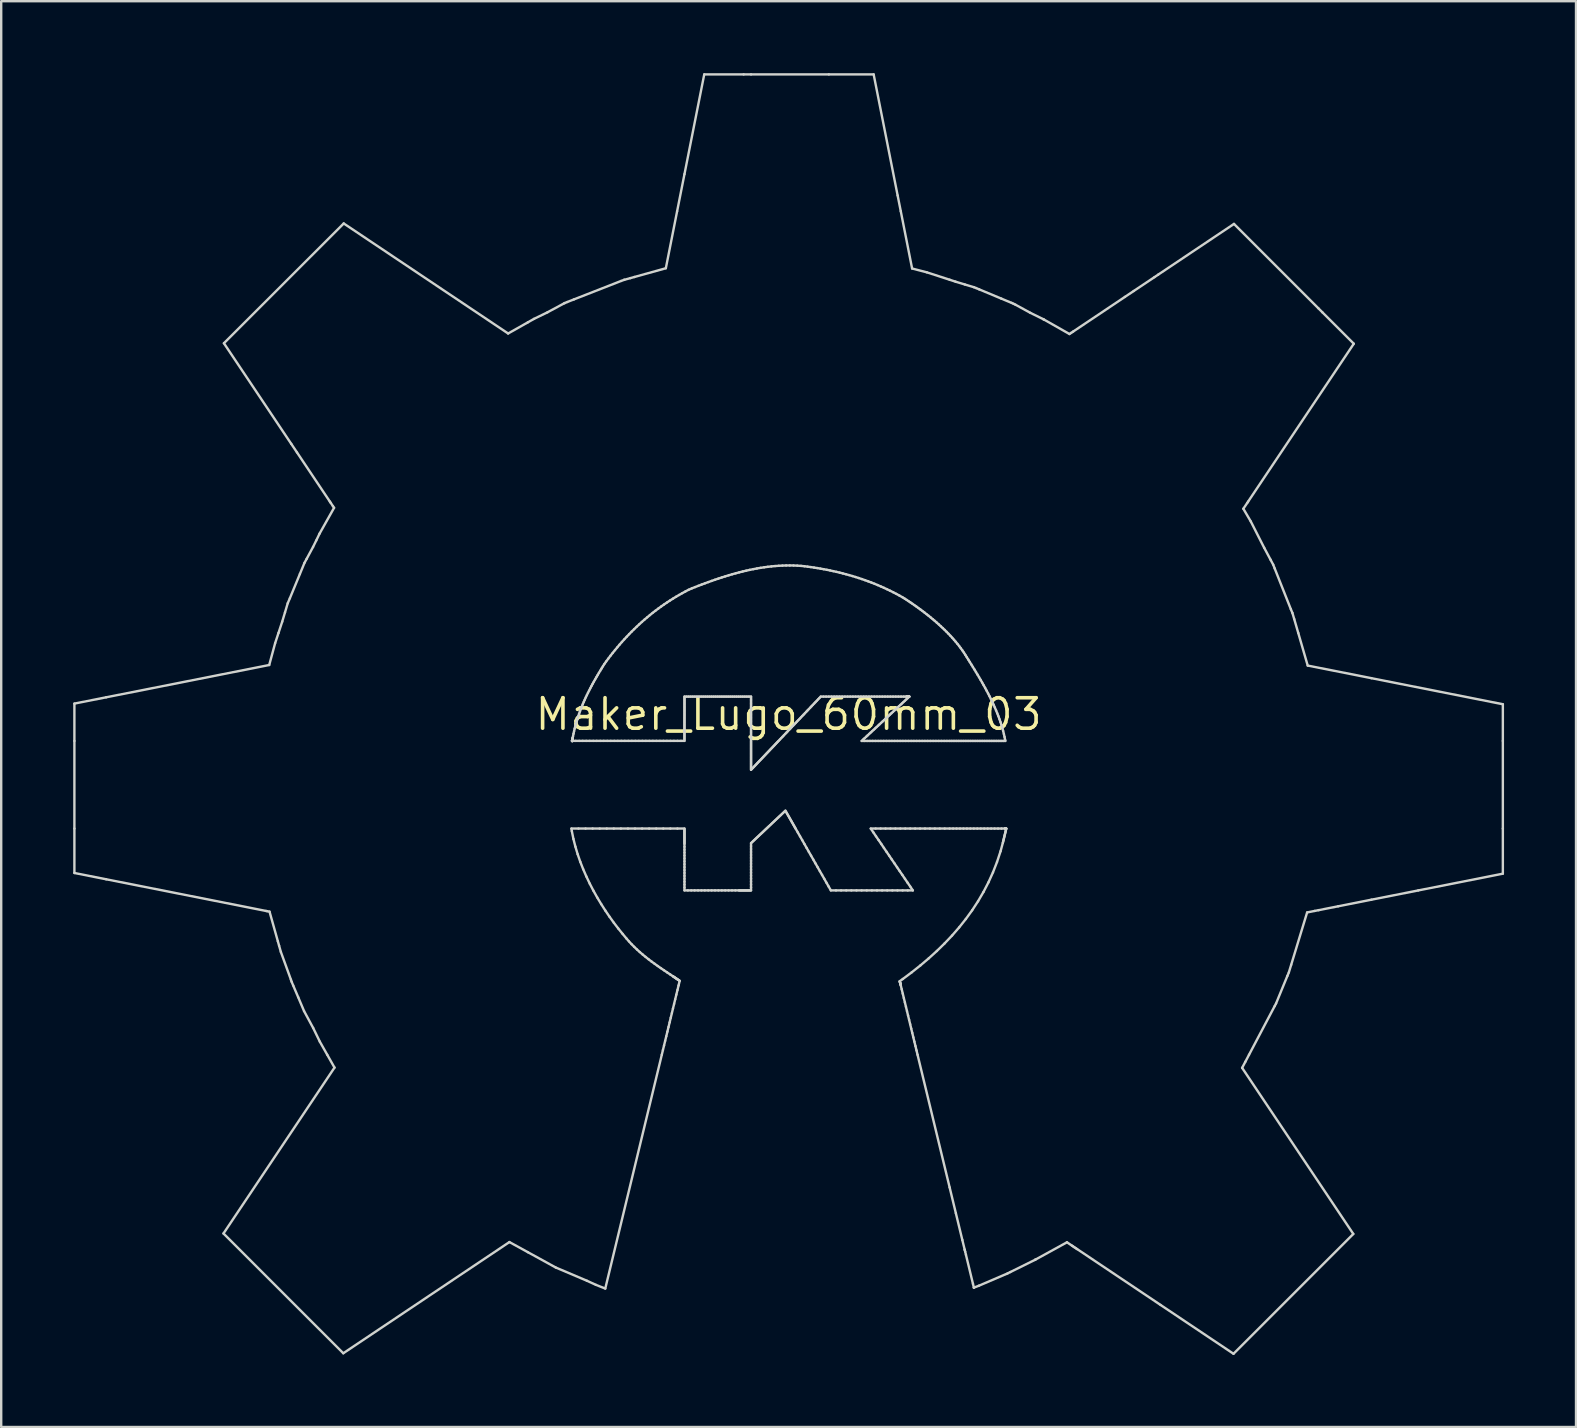
<source format=kicad_pcb>
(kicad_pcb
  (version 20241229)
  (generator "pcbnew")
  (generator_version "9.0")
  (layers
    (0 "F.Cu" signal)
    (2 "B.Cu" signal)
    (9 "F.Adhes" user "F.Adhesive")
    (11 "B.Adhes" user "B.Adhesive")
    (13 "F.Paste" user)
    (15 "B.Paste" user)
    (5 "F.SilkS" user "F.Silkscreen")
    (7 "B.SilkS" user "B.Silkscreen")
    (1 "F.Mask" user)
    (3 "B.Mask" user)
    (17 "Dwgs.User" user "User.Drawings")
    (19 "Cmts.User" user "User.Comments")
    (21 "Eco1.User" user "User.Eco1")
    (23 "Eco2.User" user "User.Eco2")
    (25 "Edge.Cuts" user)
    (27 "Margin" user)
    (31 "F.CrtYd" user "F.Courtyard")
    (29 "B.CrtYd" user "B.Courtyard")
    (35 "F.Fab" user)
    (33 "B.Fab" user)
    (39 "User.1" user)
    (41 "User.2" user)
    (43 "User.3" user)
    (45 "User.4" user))
  (footprint "Maker_Lugo_60mm_03"
    (layer "F.Cu")
    (at 29.81 26.712)
    (property "Reference" "Maker_Lugo_60mm_03" (at 0 0 0) (layer "F.SilkS") (effects (font (size 1.27 1.27) (thickness 0.15))))
    (attr through_hole)
    (fp_line (start -29.76 -0.445) (end -28.438 -0.707) (stroke (width 0.1) (type solid)) (layer "Edge.Cuts"))
    (fp_line (start -29.76 1.111) (end -29.76 -0.445) (stroke (width 0.1) (type solid)) (layer "Edge.Cuts"))
    (fp_line (start -29.76 4.762) (end -29.76 1.111) (stroke (width 0.1) (type solid)) (layer "Edge.Cuts"))
    (fp_line (start -29.76 6.613) (end -29.76 4.762) (stroke (width 0.1) (type solid)) (layer "Edge.Cuts"))
    (fp_line (start -28.438 -0.707) (end -21.642 -2.053) (stroke (width 0.1) (type solid)) (layer "Edge.Cuts"))
    (fp_line (start -28.438 6.875) (end -29.76 6.613) (stroke (width 0.1) (type solid)) (layer "Edge.Cuts"))
    (fp_line (start -23.548 21.634) (end -18.922 14.722) (stroke (width 0.1) (type solid)) (layer "Edge.Cuts"))
    (fp_line (start -23.53 -15.46) (end -18.538 -20.451) (stroke (width 0.1) (type solid)) (layer "Edge.Cuts"))
    (fp_line (start -21.777 8.195) (end -28.438 6.875) (stroke (width 0.1) (type solid)) (layer "Edge.Cuts"))
    (fp_line (start -21.731 8.204) (end -21.777 8.195) (stroke (width 0.1) (type solid)) (layer "Edge.Cuts"))
    (fp_line (start -21.642 -2.053) (end -21.395 -2.966) (stroke (width 0.1) (type solid)) (layer "Edge.Cuts"))
    (fp_line (start -21.629 8.224) (end -21.731 8.204) (stroke (width 0.1) (type solid)) (layer "Edge.Cuts"))
    (fp_line (start -21.395 -2.966) (end -21.256 -3.387) (stroke (width 0.1) (type solid)) (layer "Edge.Cuts"))
    (fp_line (start -21.283 9.457) (end -21.629 8.224) (stroke (width 0.1) (type solid)) (layer "Edge.Cuts"))
    (fp_line (start -21.256 -3.387) (end -21.101 -3.858) (stroke (width 0.1) (type solid)) (layer "Edge.Cuts"))
    (fp_line (start -21.231 9.643) (end -21.283 9.457) (stroke (width 0.1) (type solid)) (layer "Edge.Cuts"))
    (fp_line (start -21.158 9.9) (end -21.231 9.643) (stroke (width 0.1) (type solid)) (layer "Edge.Cuts"))
    (fp_line (start -21.101 -3.858) (end -20.985 -4.244) (stroke (width 0.1) (type solid)) (layer "Edge.Cuts"))
    (fp_line (start -20.985 -4.244) (end -20.871 -4.626) (stroke (width 0.1) (type solid)) (layer "Edge.Cuts"))
    (fp_line (start -20.871 -4.626) (end -20.782 -4.834) (stroke (width 0.1) (type solid)) (layer "Edge.Cuts"))
    (fp_line (start -20.782 -4.834) (end -20.365 -5.843) (stroke (width 0.1) (type solid)) (layer "Edge.Cuts"))
    (fp_line (start -20.739 11.055) (end -21.158 9.9) (stroke (width 0.1) (type solid)) (layer "Edge.Cuts"))
    (fp_line (start -20.725 -11.268) (end -23.53 -15.46) (stroke (width 0.1) (type solid)) (layer "Edge.Cuts"))
    (fp_line (start -20.709 11.143) (end -20.739 11.055) (stroke (width 0.1) (type solid)) (layer "Edge.Cuts"))
    (fp_line (start -20.643 11.302) (end -20.709 11.143) (stroke (width 0.1) (type solid)) (layer "Edge.Cuts"))
    (fp_line (start -20.486 -10.912) (end -20.725 -11.268) (stroke (width 0.1) (type solid)) (layer "Edge.Cuts"))
    (fp_line (start -20.434 11.792) (end -20.643 11.302) (stroke (width 0.1) (type solid)) (layer "Edge.Cuts"))
    (fp_line (start -20.365 -5.843) (end -20.172 -6.311) (stroke (width 0.1) (type solid)) (layer "Edge.Cuts"))
    (fp_line (start -20.191 12.366) (end -20.434 11.792) (stroke (width 0.1) (type solid)) (layer "Edge.Cuts"))
    (fp_line (start -20.172 -6.311) (end -20.082 -6.477) (stroke (width 0.1) (type solid)) (layer "Edge.Cuts"))
    (fp_line (start -20.082 -6.477) (end -19.816 -6.971) (stroke (width 0.1) (type solid)) (layer "Edge.Cuts"))
    (fp_line (start -19.816 -6.971) (end -19.684 -7.24) (stroke (width 0.1) (type solid)) (layer "Edge.Cuts"))
    (fp_line (start -19.81 13.073) (end -20.191 12.366) (stroke (width 0.1) (type solid)) (layer "Edge.Cuts"))
    (fp_line (start -19.684 -7.24) (end -19.545 -7.527) (stroke (width 0.1) (type solid)) (layer "Edge.Cuts"))
    (fp_line (start -19.545 -7.527) (end -18.94 -8.602) (stroke (width 0.1) (type solid)) (layer "Edge.Cuts"))
    (fp_line (start -19.534 13.64) (end -19.81 13.073) (stroke (width 0.1) (type solid)) (layer "Edge.Cuts"))
    (fp_line (start -19.225 14.187) (end -19.534 13.64) (stroke (width 0.1) (type solid)) (layer "Edge.Cuts"))
    (fp_line (start -19.117 -8.865) (end -20.486 -10.912) (stroke (width 0.1) (type solid)) (layer "Edge.Cuts"))
    (fp_line (start -19.085 -8.818) (end -19.117 -8.865) (stroke (width 0.1) (type solid)) (layer "Edge.Cuts"))
    (fp_line (start -18.987 -8.672) (end -19.085 -8.818) (stroke (width 0.1) (type solid)) (layer "Edge.Cuts"))
    (fp_line (start -18.94 -8.602) (end -18.987 -8.672) (stroke (width 0.1) (type solid)) (layer "Edge.Cuts"))
    (fp_line (start -18.922 14.722) (end -19.225 14.187) (stroke (width 0.1) (type solid)) (layer "Edge.Cuts"))
    (fp_line (start -18.556 26.625) (end -23.548 21.634) (stroke (width 0.1) (type solid)) (layer "Edge.Cuts"))
    (fp_line (start -18.538 -20.451) (end -11.688 -15.866) (stroke (width 0.1) (type solid)) (layer "Edge.Cuts"))
    (fp_line (start -11.688 -15.866) (end -10.865 -16.331) (stroke (width 0.1) (type solid)) (layer "Edge.Cuts"))
    (fp_line (start -11.634 21.992) (end -18.556 26.625) (stroke (width 0.1) (type solid)) (layer "Edge.Cuts"))
    (fp_line (start -10.865 -16.331) (end -10.61 -16.475) (stroke (width 0.1) (type solid)) (layer "Edge.Cuts"))
    (fp_line (start -10.865 22.414) (end -11.634 21.992) (stroke (width 0.1) (type solid)) (layer "Edge.Cuts"))
    (fp_line (start -10.61 -16.475) (end -10.051 -16.747) (stroke (width 0.1) (type solid)) (layer "Edge.Cuts"))
    (fp_line (start -10.051 -16.747) (end -9.346 -17.127) (stroke (width 0.1) (type solid)) (layer "Edge.Cuts"))
    (fp_line (start -9.704 23.052) (end -10.865 22.414) (stroke (width 0.1) (type solid)) (layer "Edge.Cuts"))
    (fp_line (start -9.346 -17.127) (end -9.321 -17.137) (stroke (width 0.1) (type solid)) (layer "Edge.Cuts"))
    (fp_line (start -9.321 -17.137) (end -9.226 -17.177) (stroke (width 0.1) (type solid)) (layer "Edge.Cuts"))
    (fp_line (start -9.226 -17.177) (end -8.945 -17.287) (stroke (width 0.1) (type solid)) (layer "Edge.Cuts"))
    (fp_line (start -9.05 4.762) (end -9.033 4.87) (stroke (width 0.1) (type solid)) (layer "Edge.Cuts"))
    (fp_line (start -9.033 4.87) (end -8.967 5.194) (stroke (width 0.1) (type solid)) (layer "Edge.Cuts"))
    (fp_line (start -9.022 1.109) (end -9.022 1.109) (stroke (width 0.1) (type solid)) (layer "Edge.Cuts"))
    (fp_line (start -9.022 1.109) (end -9.022 1.109) (stroke (width 0.1) (type solid)) (layer "Edge.Cuts"))
    (fp_line (start -9.022 1.109) (end -9.021 1.109) (stroke (width 0.1) (type solid)) (layer "Edge.Cuts"))
    (fp_line (start -9.021 1.109) (end -9.021 1.109) (stroke (width 0.1) (type solid)) (layer "Edge.Cuts"))
    (fp_line (start -9.021 1.109) (end -9.021 1.109) (stroke (width 0.1) (type solid)) (layer "Edge.Cuts"))
    (fp_line (start -9.021 1.109) (end -9.021 1.109) (stroke (width 0.1) (type solid)) (layer "Edge.Cuts"))
    (fp_line (start -9.021 1.109) (end -9.021 1.109) (stroke (width 0.1) (type solid)) (layer "Edge.Cuts"))
    (fp_line (start -9.021 1.109) (end -9.021 1.109) (stroke (width 0.1) (type solid)) (layer "Edge.Cuts"))
    (fp_line (start -9.021 1.106) (end -9.022 1.109) (stroke (width 0.1) (type solid)) (layer "Edge.Cuts"))
    (fp_line (start -9.021 1.109) (end -9.021 1.109) (stroke (width 0.1) (type solid)) (layer "Edge.Cuts"))
    (fp_line (start -9.021 1.109) (end -9.021 1.109) (stroke (width 0.1) (type solid)) (layer "Edge.Cuts"))
    (fp_line (start -9.021 1.109) (end -9.021 1.109) (stroke (width 0.1) (type solid)) (layer "Edge.Cuts"))
    (fp_line (start -9.021 1.109) (end -9.021 1.109) (stroke (width 0.1) (type solid)) (layer "Edge.Cuts"))
    (fp_line (start -9.021 1.109) (end -9.02 1.109) (stroke (width 0.1) (type solid)) (layer "Edge.Cuts"))
    (fp_line (start -9.02 1.109) (end -9.02 1.109) (stroke (width 0.1) (type solid)) (layer "Edge.Cuts"))
    (fp_line (start -9.02 1.109) (end -9.02 1.109) (stroke (width 0.1) (type solid)) (layer "Edge.Cuts"))
    (fp_line (start -9.02 1.102) (end -9.021 1.106) (stroke (width 0.1) (type solid)) (layer "Edge.Cuts"))
    (fp_line (start -9.02 1.109) (end -9.02 1.109) (stroke (width 0.1) (type solid)) (layer "Edge.Cuts"))
    (fp_line (start -9.02 1.109) (end -9.02 1.109) (stroke (width 0.1) (type solid)) (layer "Edge.Cuts"))
    (fp_line (start -9.02 1.109) (end -9.02 1.109) (stroke (width 0.1) (type solid)) (layer "Edge.Cuts"))
    (fp_line (start -9.02 1.109) (end -9.02 1.109) (stroke (width 0.1) (type solid)) (layer "Edge.Cuts"))
    (fp_line (start -9.02 1.109) (end -9.02 1.109) (stroke (width 0.1) (type solid)) (layer "Edge.Cuts"))
    (fp_line (start -9.02 1.109) (end -9.02 1.109) (stroke (width 0.1) (type solid)) (layer "Edge.Cuts"))
    (fp_line (start -9.02 1.109) (end -9.02 1.109) (stroke (width 0.1) (type solid)) (layer "Edge.Cuts"))
    (fp_line (start -9.02 1.109) (end -9.019 1.109) (stroke (width 0.1) (type solid)) (layer "Edge.Cuts"))
    (fp_line (start -9.019 1.098) (end -9.02 1.102) (stroke (width 0.1) (type solid)) (layer "Edge.Cuts"))
    (fp_line (start -9.019 1.109) (end -9.019 1.109) (stroke (width 0.1) (type solid)) (layer "Edge.Cuts"))
    (fp_line (start -9.019 1.109) (end -9.019 1.109) (stroke (width 0.1) (type solid)) (layer "Edge.Cuts"))
    (fp_line (start -9.019 1.109) (end -9.019 1.109) (stroke (width 0.1) (type solid)) (layer "Edge.Cuts"))
    (fp_line (start -9.019 1.109) (end -9.019 1.109) (stroke (width 0.1) (type solid)) (layer "Edge.Cuts"))
    (fp_line (start -9.019 1.109) (end -9.019 1.109) (stroke (width 0.1) (type solid)) (layer "Edge.Cuts"))
    (fp_line (start -9.019 1.109) (end -9.019 1.109) (stroke (width 0.1) (type solid)) (layer "Edge.Cuts"))
    (fp_line (start -9.019 1.109) (end -9.019 1.109) (stroke (width 0.1) (type solid)) (layer "Edge.Cuts"))
    (fp_line (start -9.019 1.094) (end -9.019 1.098) (stroke (width 0.1) (type solid)) (layer "Edge.Cuts"))
    (fp_line (start -9.019 1.109) (end -9.019 1.109) (stroke (width 0.1) (type solid)) (layer "Edge.Cuts"))
    (fp_line (start -9.019 1.109) (end -9.019 1.109) (stroke (width 0.1) (type solid)) (layer "Edge.Cuts"))
    (fp_line (start -9.019 1.109) (end -8.872 1.109) (stroke (width 0.1) (type solid)) (layer "Edge.Cuts"))
    (fp_line (start -9.018 1.091) (end -9.019 1.094) (stroke (width 0.1) (type solid)) (layer "Edge.Cuts"))
    (fp_line (start -9.017 1.087) (end -9.018 1.091) (stroke (width 0.1) (type solid)) (layer "Edge.Cuts"))
    (fp_line (start -9.016 1.083) (end -9.017 1.087) (stroke (width 0.1) (type solid)) (layer "Edge.Cuts"))
    (fp_line (start -9.016 1.08) (end -9.016 1.083) (stroke (width 0.1) (type solid)) (layer "Edge.Cuts"))
    (fp_line (start -9.015 1.076) (end -9.016 1.08) (stroke (width 0.1) (type solid)) (layer "Edge.Cuts"))
    (fp_line (start -9.014 1.072) (end -9.015 1.076) (stroke (width 0.1) (type solid)) (layer "Edge.Cuts"))
    (fp_line (start -9.014 1.069) (end -9.014 1.072) (stroke (width 0.1) (type solid)) (layer "Edge.Cuts"))
    (fp_line (start -9.013 1.065) (end -9.014 1.069) (stroke (width 0.1) (type solid)) (layer "Edge.Cuts"))
    (fp_line (start -9.012 1.061) (end -9.013 1.065) (stroke (width 0.1) (type solid)) (layer "Edge.Cuts"))
    (fp_line (start -9.011 1.057) (end -9.012 1.061) (stroke (width 0.1) (type solid)) (layer "Edge.Cuts"))
    (fp_line (start -9.011 1.054) (end -9.011 1.057) (stroke (width 0.1) (type solid)) (layer "Edge.Cuts"))
    (fp_line (start -9.01 1.05) (end -9.011 1.054) (stroke (width 0.1) (type solid)) (layer "Edge.Cuts"))
    (fp_line (start -9.009 1.046) (end -9.01 1.05) (stroke (width 0.1) (type solid)) (layer "Edge.Cuts"))
    (fp_line (start -9.008 1.043) (end -9.009 1.046) (stroke (width 0.1) (type solid)) (layer "Edge.Cuts"))
    (fp_line (start -9.008 1.039) (end -9.008 1.043) (stroke (width 0.1) (type solid)) (layer "Edge.Cuts"))
    (fp_line (start -9.007 1.035) (end -9.008 1.039) (stroke (width 0.1) (type solid)) (layer "Edge.Cuts"))
    (fp_line (start -9.006 1.032) (end -9.007 1.035) (stroke (width 0.1) (type solid)) (layer "Edge.Cuts"))
    (fp_line (start -9.005 1.028) (end -9.006 1.032) (stroke (width 0.1) (type solid)) (layer "Edge.Cuts"))
    (fp_line (start -9.005 1.024) (end -9.005 1.028) (stroke (width 0.1) (type solid)) (layer "Edge.Cuts"))
    (fp_line (start -9.004 1.02) (end -9.005 1.024) (stroke (width 0.1) (type solid)) (layer "Edge.Cuts"))
    (fp_line (start -9.003 1.017) (end -9.004 1.02) (stroke (width 0.1) (type solid)) (layer "Edge.Cuts"))
    (fp_line (start -9.002 1.013) (end -9.003 1.017) (stroke (width 0.1) (type solid)) (layer "Edge.Cuts"))
    (fp_line (start -9.002 1.009) (end -9.002 1.013) (stroke (width 0.1) (type solid)) (layer "Edge.Cuts"))
    (fp_line (start -9.001 1.006) (end -9.002 1.009) (stroke (width 0.1) (type solid)) (layer "Edge.Cuts"))
    (fp_line (start -9 1.002) (end -9.001 1.006) (stroke (width 0.1) (type solid)) (layer "Edge.Cuts"))
    (fp_line (start -8.999 0.998) (end -9 1.002) (stroke (width 0.1) (type solid)) (layer "Edge.Cuts"))
    (fp_line (start -8.999 0.995) (end -8.999 0.998) (stroke (width 0.1) (type solid)) (layer "Edge.Cuts"))
    (fp_line (start -8.985 0.918) (end -8.999 0.995) (stroke (width 0.1) (type solid)) (layer "Edge.Cuts"))
    (fp_line (start -8.967 5.194) (end -8.885 5.515) (stroke (width 0.1) (type solid)) (layer "Edge.Cuts"))
    (fp_line (start -8.963 0.81) (end -8.985 0.918) (stroke (width 0.1) (type solid)) (layer "Edge.Cuts"))
    (fp_line (start -8.945 -17.287) (end -6.982 -18.055) (stroke (width 0.1) (type solid)) (layer "Edge.Cuts"))
    (fp_line (start -8.94 0.703) (end -8.963 0.81) (stroke (width 0.1) (type solid)) (layer "Edge.Cuts"))
    (fp_line (start -8.915 0.596) (end -8.94 0.703) (stroke (width 0.1) (type solid)) (layer "Edge.Cuts"))
    (fp_line (start -8.889 0.491) (end -8.915 0.596) (stroke (width 0.1) (type solid)) (layer "Edge.Cuts"))
    (fp_line (start -8.885 5.515) (end -8.79 5.833) (stroke (width 0.1) (type solid)) (layer "Edge.Cuts"))
    (fp_line (start -8.872 1.109) (end -8.726 1.109) (stroke (width 0.1) (type solid)) (layer "Edge.Cuts"))
    (fp_line (start -8.86 0.387) (end -8.889 0.491) (stroke (width 0.1) (type solid)) (layer "Edge.Cuts"))
    (fp_line (start -8.83 0.284) (end -8.86 0.387) (stroke (width 0.1) (type solid)) (layer "Edge.Cuts"))
    (fp_line (start -8.799 0.182) (end -8.83 0.284) (stroke (width 0.1) (type solid)) (layer "Edge.Cuts"))
    (fp_line (start -8.79 5.833) (end -8.681 6.147) (stroke (width 0.1) (type solid)) (layer "Edge.Cuts"))
    (fp_line (start -8.766 0.081) (end -8.799 0.182) (stroke (width 0.1) (type solid)) (layer "Edge.Cuts"))
    (fp_line (start -8.756 4.762) (end -9.05 4.762) (stroke (width 0.1) (type solid)) (layer "Edge.Cuts"))
    (fp_line (start -8.731 -0.02) (end -8.766 0.081) (stroke (width 0.1) (type solid)) (layer "Edge.Cuts"))
    (fp_line (start -8.726 1.109) (end -8.58 1.109) (stroke (width 0.1) (type solid)) (layer "Edge.Cuts"))
    (fp_line (start -8.695 -0.12) (end -8.731 -0.02) (stroke (width 0.1) (type solid)) (layer "Edge.Cuts"))
    (fp_line (start -8.681 6.147) (end -8.56 6.456) (stroke (width 0.1) (type solid)) (layer "Edge.Cuts"))
    (fp_line (start -8.658 -0.219) (end -8.695 -0.12) (stroke (width 0.1) (type solid)) (layer "Edge.Cuts"))
    (fp_line (start -8.619 -0.317) (end -8.658 -0.219) (stroke (width 0.1) (type solid)) (layer "Edge.Cuts"))
    (fp_line (start -8.58 1.109) (end -8.434 1.109) (stroke (width 0.1) (type solid)) (layer "Edge.Cuts"))
    (fp_line (start -8.579 -0.414) (end -8.619 -0.317) (stroke (width 0.1) (type solid)) (layer "Edge.Cuts"))
    (fp_line (start -8.56 6.456) (end -8.428 6.759) (stroke (width 0.1) (type solid)) (layer "Edge.Cuts"))
    (fp_line (start -8.538 -0.511) (end -8.579 -0.414) (stroke (width 0.1) (type solid)) (layer "Edge.Cuts"))
    (fp_line (start -8.495 -0.607) (end -8.538 -0.511) (stroke (width 0.1) (type solid)) (layer "Edge.Cuts"))
    (fp_line (start -8.461 4.762) (end -8.756 4.762) (stroke (width 0.1) (type solid)) (layer "Edge.Cuts"))
    (fp_line (start -8.452 -0.703) (end -8.495 -0.607) (stroke (width 0.1) (type solid)) (layer "Edge.Cuts"))
    (fp_line (start -8.434 1.109) (end -8.287 1.109) (stroke (width 0.1) (type solid)) (layer "Edge.Cuts"))
    (fp_line (start -8.428 6.759) (end -8.286 7.057) (stroke (width 0.1) (type solid)) (layer "Edge.Cuts"))
    (fp_line (start -8.407 -0.798) (end -8.452 -0.703) (stroke (width 0.1) (type solid)) (layer "Edge.Cuts"))
    (fp_line (start -8.406 23.603) (end -9.704 23.052) (stroke (width 0.1) (type solid)) (layer "Edge.Cuts"))
    (fp_line (start -8.361 -0.892) (end -8.407 -0.798) (stroke (width 0.1) (type solid)) (layer "Edge.Cuts"))
    (fp_line (start -8.314 -0.986) (end -8.361 -0.892) (stroke (width 0.1) (type solid)) (layer "Edge.Cuts"))
    (fp_line (start -8.287 1.109) (end -8.141 1.109) (stroke (width 0.1) (type solid)) (layer "Edge.Cuts"))
    (fp_line (start -8.286 7.057) (end -8.135 7.349) (stroke (width 0.1) (type solid)) (layer "Edge.Cuts"))
    (fp_line (start -8.266 -1.08) (end -8.314 -0.986) (stroke (width 0.1) (type solid)) (layer "Edge.Cuts"))
    (fp_line (start -8.217 -1.173) (end -8.266 -1.08) (stroke (width 0.1) (type solid)) (layer "Edge.Cuts"))
    (fp_line (start -8.167 4.762) (end -8.461 4.762) (stroke (width 0.1) (type solid)) (layer "Edge.Cuts"))
    (fp_line (start -8.167 -1.266) (end -8.217 -1.173) (stroke (width 0.1) (type solid)) (layer "Edge.Cuts"))
    (fp_line (start -8.141 1.109) (end -7.995 1.109) (stroke (width 0.1) (type solid)) (layer "Edge.Cuts"))
    (fp_line (start -8.135 7.349) (end -7.976 7.633) (stroke (width 0.1) (type solid)) (layer "Edge.Cuts"))
    (fp_line (start -8.116 -1.358) (end -8.167 -1.266) (stroke (width 0.1) (type solid)) (layer "Edge.Cuts"))
    (fp_line (start -8.064 -1.45) (end -8.116 -1.358) (stroke (width 0.1) (type solid)) (layer "Edge.Cuts"))
    (fp_line (start -8.032 23.774) (end -8.406 23.603) (stroke (width 0.1) (type solid)) (layer "Edge.Cuts"))
    (fp_line (start -8.012 -1.542) (end -8.064 -1.45) (stroke (width 0.1) (type solid)) (layer "Edge.Cuts"))
    (fp_line (start -7.995 1.109) (end -7.849 1.109) (stroke (width 0.1) (type solid)) (layer "Edge.Cuts"))
    (fp_line (start -7.976 7.633) (end -7.81 7.909) (stroke (width 0.1) (type solid)) (layer "Edge.Cuts"))
    (fp_line (start -7.958 -1.633) (end -8.012 -1.542) (stroke (width 0.1) (type solid)) (layer "Edge.Cuts"))
    (fp_line (start -7.905 -1.724) (end -7.958 -1.633) (stroke (width 0.1) (type solid)) (layer "Edge.Cuts"))
    (fp_line (start -7.873 4.762) (end -8.167 4.762) (stroke (width 0.1) (type solid)) (layer "Edge.Cuts"))
    (fp_line (start -7.85 -1.815) (end -7.905 -1.724) (stroke (width 0.1) (type solid)) (layer "Edge.Cuts"))
    (fp_line (start -7.849 1.109) (end -7.703 1.109) (stroke (width 0.1) (type solid)) (layer "Edge.Cuts"))
    (fp_line (start -7.81 7.909) (end -7.638 8.178) (stroke (width 0.1) (type solid)) (layer "Edge.Cuts"))
    (fp_line (start -7.795 -1.906) (end -7.85 -1.815) (stroke (width 0.1) (type solid)) (layer "Edge.Cuts"))
    (fp_line (start -7.739 -1.997) (end -7.795 -1.906) (stroke (width 0.1) (type solid)) (layer "Edge.Cuts"))
    (fp_line (start -7.703 1.109) (end -7.556 1.109) (stroke (width 0.1) (type solid)) (layer "Edge.Cuts"))
    (fp_line (start -7.683 -2.087) (end -7.739 -1.997) (stroke (width 0.1) (type solid)) (layer "Edge.Cuts"))
    (fp_line (start -7.64 23.929) (end -8.032 23.774) (stroke (width 0.1) (type solid)) (layer "Edge.Cuts"))
    (fp_line (start -7.638 8.178) (end -7.462 8.437) (stroke (width 0.1) (type solid)) (layer "Edge.Cuts"))
    (fp_line (start -7.604 -2.199) (end -7.683 -2.087) (stroke (width 0.1) (type solid)) (layer "Edge.Cuts"))
    (fp_line (start -7.578 4.762) (end -7.873 4.762) (stroke (width 0.1) (type solid)) (layer "Edge.Cuts"))
    (fp_line (start -7.556 1.109) (end -7.41 1.109) (stroke (width 0.1) (type solid)) (layer "Edge.Cuts"))
    (fp_line (start -7.514 -2.319) (end -7.604 -2.199) (stroke (width 0.1) (type solid)) (layer "Edge.Cuts"))
    (fp_line (start -7.462 8.437) (end -7.282 8.687) (stroke (width 0.1) (type solid)) (layer "Edge.Cuts"))
    (fp_line (start -7.423 -2.439) (end -7.514 -2.319) (stroke (width 0.1) (type solid)) (layer "Edge.Cuts"))
    (fp_line (start -7.41 1.109) (end -7.264 1.109) (stroke (width 0.1) (type solid)) (layer "Edge.Cuts"))
    (fp_line (start -7.33 -2.556) (end -7.423 -2.439) (stroke (width 0.1) (type solid)) (layer "Edge.Cuts"))
    (fp_line (start -7.284 4.762) (end -7.578 4.762) (stroke (width 0.1) (type solid)) (layer "Edge.Cuts"))
    (fp_line (start -7.282 8.687) (end -7.099 8.926) (stroke (width 0.1) (type solid)) (layer "Edge.Cuts"))
    (fp_line (start -7.264 1.109) (end -7.118 1.109) (stroke (width 0.1) (type solid)) (layer "Edge.Cuts"))
    (fp_line (start -7.236 -2.672) (end -7.33 -2.556) (stroke (width 0.1) (type solid)) (layer "Edge.Cuts"))
    (fp_line (start -7.141 -2.787) (end -7.236 -2.672) (stroke (width 0.1) (type solid)) (layer "Edge.Cuts"))
    (fp_line (start -7.118 1.109) (end -6.972 1.109) (stroke (width 0.1) (type solid)) (layer "Edge.Cuts"))
    (fp_line (start -7.099 8.926) (end -6.914 9.155) (stroke (width 0.1) (type solid)) (layer "Edge.Cuts"))
    (fp_line (start -7.045 -2.9) (end -7.141 -2.787) (stroke (width 0.1) (type solid)) (layer "Edge.Cuts"))
    (fp_line (start -6.989 4.762) (end -7.284 4.762) (stroke (width 0.1) (type solid)) (layer "Edge.Cuts"))
    (fp_line (start -6.982 -18.055) (end -6.854 -18.101) (stroke (width 0.1) (type solid)) (layer "Edge.Cuts"))
    (fp_line (start -6.972 1.109) (end -6.825 1.109) (stroke (width 0.1) (type solid)) (layer "Edge.Cuts"))
    (fp_line (start -6.947 -3.012) (end -7.045 -2.9) (stroke (width 0.1) (type solid)) (layer "Edge.Cuts"))
    (fp_line (start -6.914 9.155) (end -6.757 9.343) (stroke (width 0.1) (type solid)) (layer "Edge.Cuts"))
    (fp_line (start -6.854 -18.101) (end -6.851 -18.102) (stroke (width 0.1) (type solid)) (layer "Edge.Cuts"))
    (fp_line (start -6.851 -18.102) (end -6.595 -18.173) (stroke (width 0.1) (type solid)) (layer "Edge.Cuts"))
    (fp_line (start -6.848 -3.122) (end -6.947 -3.012) (stroke (width 0.1) (type solid)) (layer "Edge.Cuts"))
    (fp_line (start -6.825 1.109) (end -6.679 1.109) (stroke (width 0.1) (type solid)) (layer "Edge.Cuts"))
    (fp_line (start -6.757 9.343) (end -6.652 9.463) (stroke (width 0.1) (type solid)) (layer "Edge.Cuts"))
    (fp_line (start -6.747 -3.23) (end -6.848 -3.122) (stroke (width 0.1) (type solid)) (layer "Edge.Cuts"))
    (fp_line (start -6.695 4.762) (end -6.989 4.762) (stroke (width 0.1) (type solid)) (layer "Edge.Cuts"))
    (fp_line (start -6.679 1.109) (end -6.533 1.109) (stroke (width 0.1) (type solid)) (layer "Edge.Cuts"))
    (fp_line (start -6.652 9.463) (end -6.545 9.579) (stroke (width 0.1) (type solid)) (layer "Edge.Cuts"))
    (fp_line (start -6.646 -3.337) (end -6.747 -3.23) (stroke (width 0.1) (type solid)) (layer "Edge.Cuts"))
    (fp_line (start -6.595 -18.173) (end -6.427 -18.22) (stroke (width 0.1) (type solid)) (layer "Edge.Cuts"))
    (fp_line (start -6.545 9.579) (end -6.434 9.691) (stroke (width 0.1) (type solid)) (layer "Edge.Cuts"))
    (fp_line (start -6.543 -3.442) (end -6.646 -3.337) (stroke (width 0.1) (type solid)) (layer "Edge.Cuts"))
    (fp_line (start -6.533 1.109) (end -6.387 1.109) (stroke (width 0.1) (type solid)) (layer "Edge.Cuts"))
    (fp_line (start -6.438 -3.545) (end -6.543 -3.442) (stroke (width 0.1) (type solid)) (layer "Edge.Cuts"))
    (fp_line (start -6.434 9.691) (end -6.32 9.8) (stroke (width 0.1) (type solid)) (layer "Edge.Cuts"))
    (fp_line (start -6.427 -18.22) (end -5.116 -18.585) (stroke (width 0.1) (type solid)) (layer "Edge.Cuts"))
    (fp_line (start -6.401 4.762) (end -6.695 4.762) (stroke (width 0.1) (type solid)) (layer "Edge.Cuts"))
    (fp_line (start -6.387 1.109) (end -6.241 1.109) (stroke (width 0.1) (type solid)) (layer "Edge.Cuts"))
    (fp_line (start -6.332 -3.647) (end -6.438 -3.545) (stroke (width 0.1) (type solid)) (layer "Edge.Cuts"))
    (fp_line (start -6.32 9.8) (end -6.203 9.906) (stroke (width 0.1) (type solid)) (layer "Edge.Cuts"))
    (fp_line (start -6.241 1.109) (end -6.094 1.109) (stroke (width 0.1) (type solid)) (layer "Edge.Cuts"))
    (fp_line (start -6.225 -3.748) (end -6.332 -3.647) (stroke (width 0.1) (type solid)) (layer "Edge.Cuts"))
    (fp_line (start -6.203 9.906) (end -6.083 10.009) (stroke (width 0.1) (type solid)) (layer "Edge.Cuts"))
    (fp_line (start -6.116 -3.846) (end -6.225 -3.748) (stroke (width 0.1) (type solid)) (layer "Edge.Cuts"))
    (fp_line (start -6.106 4.762) (end -6.401 4.762) (stroke (width 0.1) (type solid)) (layer "Edge.Cuts"))
    (fp_line (start -6.094 1.109) (end -5.948 1.109) (stroke (width 0.1) (type solid)) (layer "Edge.Cuts"))
    (fp_line (start -6.083 10.009) (end -5.962 10.109) (stroke (width 0.1) (type solid)) (layer "Edge.Cuts"))
    (fp_line (start -6.006 -3.943) (end -6.116 -3.846) (stroke (width 0.1) (type solid)) (layer "Edge.Cuts"))
    (fp_line (start -5.962 10.109) (end -5.838 10.207) (stroke (width 0.1) (type solid)) (layer "Edge.Cuts"))
    (fp_line (start -5.948 1.109) (end -5.802 1.109) (stroke (width 0.1) (type solid)) (layer "Edge.Cuts"))
    (fp_line (start -5.894 -4.038) (end -6.006 -3.943) (stroke (width 0.1) (type solid)) (layer "Edge.Cuts"))
    (fp_line (start -5.838 10.207) (end -5.713 10.302) (stroke (width 0.1) (type solid)) (layer "Edge.Cuts"))
    (fp_line (start -5.812 4.762) (end -6.106 4.762) (stroke (width 0.1) (type solid)) (layer "Edge.Cuts"))
    (fp_line (start -5.802 1.109) (end -5.656 1.109) (stroke (width 0.1) (type solid)) (layer "Edge.Cuts"))
    (fp_line (start -5.781 -4.132) (end -5.894 -4.038) (stroke (width 0.1) (type solid)) (layer "Edge.Cuts"))
    (fp_line (start -5.713 10.302) (end -5.585 10.395) (stroke (width 0.1) (type solid)) (layer "Edge.Cuts"))
    (fp_line (start -5.667 -4.224) (end -5.781 -4.132) (stroke (width 0.1) (type solid)) (layer "Edge.Cuts"))
    (fp_line (start -5.656 1.109) (end -5.51 1.109) (stroke (width 0.1) (type solid)) (layer "Edge.Cuts"))
    (fp_line (start -5.585 10.395) (end -5.457 10.487) (stroke (width 0.1) (type solid)) (layer "Edge.Cuts"))
    (fp_line (start -5.55 -4.314) (end -5.667 -4.224) (stroke (width 0.1) (type solid)) (layer "Edge.Cuts"))
    (fp_line (start -5.517 4.762) (end -5.812 4.762) (stroke (width 0.1) (type solid)) (layer "Edge.Cuts"))
    (fp_line (start -5.51 1.109) (end -5.363 1.109) (stroke (width 0.1) (type solid)) (layer "Edge.Cuts"))
    (fp_line (start -5.457 10.487) (end -5.327 10.577) (stroke (width 0.1) (type solid)) (layer "Edge.Cuts"))
    (fp_line (start -5.433 -4.402) (end -5.55 -4.314) (stroke (width 0.1) (type solid)) (layer "Edge.Cuts"))
    (fp_line (start -5.363 1.109) (end -5.217 1.109) (stroke (width 0.1) (type solid)) (layer "Edge.Cuts"))
    (fp_line (start -5.327 10.577) (end -5.196 10.666) (stroke (width 0.1) (type solid)) (layer "Edge.Cuts"))
    (fp_line (start -5.313 -4.489) (end -5.433 -4.402) (stroke (width 0.1) (type solid)) (layer "Edge.Cuts"))
    (fp_line (start -5.284 14.186) (end -7.64 23.929) (stroke (width 0.1) (type solid)) (layer "Edge.Cuts"))
    (fp_line (start -5.238 13.994) (end -5.284 14.186) (stroke (width 0.1) (type solid)) (layer "Edge.Cuts"))
    (fp_line (start -5.223 4.762) (end -5.517 4.762) (stroke (width 0.1) (type solid)) (layer "Edge.Cuts"))
    (fp_line (start -5.217 1.109) (end -5.071 1.109) (stroke (width 0.1) (type solid)) (layer "Edge.Cuts"))
    (fp_line (start -5.196 10.666) (end -5.065 10.754) (stroke (width 0.1) (type solid)) (layer "Edge.Cuts"))
    (fp_line (start -5.193 -4.574) (end -5.313 -4.489) (stroke (width 0.1) (type solid)) (layer "Edge.Cuts"))
    (fp_line (start -5.191 13.802) (end -5.238 13.994) (stroke (width 0.1) (type solid)) (layer "Edge.Cuts"))
    (fp_line (start -5.145 13.609) (end -5.191 13.802) (stroke (width 0.1) (type solid)) (layer "Edge.Cuts"))
    (fp_line (start -5.116 -18.585) (end -4.646 -20.96) (stroke (width 0.1) (type solid)) (layer "Edge.Cuts"))
    (fp_line (start -5.098 13.417) (end -5.145 13.609) (stroke (width 0.1) (type solid)) (layer "Edge.Cuts"))
    (fp_line (start -5.071 1.109) (end -4.925 1.109) (stroke (width 0.1) (type solid)) (layer "Edge.Cuts"))
    (fp_line (start -5.07 -4.657) (end -5.193 -4.574) (stroke (width 0.1) (type solid)) (layer "Edge.Cuts"))
    (fp_line (start -5.065 10.754) (end -4.933 10.842) (stroke (width 0.1) (type solid)) (layer "Edge.Cuts"))
    (fp_line (start -5.051 13.224) (end -5.098 13.417) (stroke (width 0.1) (type solid)) (layer "Edge.Cuts"))
    (fp_line (start -5.005 13.032) (end -5.051 13.224) (stroke (width 0.1) (type solid)) (layer "Edge.Cuts"))
    (fp_line (start -4.958 12.839) (end -5.005 13.032) (stroke (width 0.1) (type solid)) (layer "Edge.Cuts"))
    (fp_line (start -4.946 -4.738) (end -5.07 -4.657) (stroke (width 0.1) (type solid)) (layer "Edge.Cuts"))
    (fp_line (start -4.933 10.842) (end -4.825 10.913) (stroke (width 0.1) (type solid)) (layer "Edge.Cuts"))
    (fp_line (start -4.929 4.762) (end -5.223 4.762) (stroke (width 0.1) (type solid)) (layer "Edge.Cuts"))
    (fp_line (start -4.925 1.109) (end -4.778 1.109) (stroke (width 0.1) (type solid)) (layer "Edge.Cuts"))
    (fp_line (start -4.912 12.647) (end -4.958 12.839) (stroke (width 0.1) (type solid)) (layer "Edge.Cuts"))
    (fp_line (start -4.865 12.454) (end -4.912 12.647) (stroke (width 0.1) (type solid)) (layer "Edge.Cuts"))
    (fp_line (start -4.825 10.913) (end -4.806 10.926) (stroke (width 0.1) (type solid)) (layer "Edge.Cuts"))
    (fp_line (start -4.821 -4.817) (end -4.946 -4.738) (stroke (width 0.1) (type solid)) (layer "Edge.Cuts"))
    (fp_line (start -4.819 12.262) (end -4.865 12.454) (stroke (width 0.1) (type solid)) (layer "Edge.Cuts"))
    (fp_line (start -4.806 10.926) (end -4.787 10.939) (stroke (width 0.1) (type solid)) (layer "Edge.Cuts"))
    (fp_line (start -4.787 10.939) (end -4.768 10.952) (stroke (width 0.1) (type solid)) (layer "Edge.Cuts"))
    (fp_line (start -4.778 1.109) (end -4.632 1.109) (stroke (width 0.1) (type solid)) (layer "Edge.Cuts"))
    (fp_line (start -4.772 12.069) (end -4.819 12.262) (stroke (width 0.1) (type solid)) (layer "Edge.Cuts"))
    (fp_line (start -4.768 10.952) (end -4.749 10.964) (stroke (width 0.1) (type solid)) (layer "Edge.Cuts"))
    (fp_line (start -4.749 10.964) (end -4.73 10.977) (stroke (width 0.1) (type solid)) (layer "Edge.Cuts"))
    (fp_line (start -4.73 10.977) (end -4.711 10.99) (stroke (width 0.1) (type solid)) (layer "Edge.Cuts"))
    (fp_line (start -4.726 11.877) (end -4.772 12.069) (stroke (width 0.1) (type solid)) (layer "Edge.Cuts"))
    (fp_line (start -4.711 10.99) (end -4.692 11.003) (stroke (width 0.1) (type solid)) (layer "Edge.Cuts"))
    (fp_line (start -4.693 -4.895) (end -4.821 -4.817) (stroke (width 0.1) (type solid)) (layer "Edge.Cuts"))
    (fp_line (start -4.692 11.003) (end -4.673 11.016) (stroke (width 0.1) (type solid)) (layer "Edge.Cuts"))
    (fp_line (start -4.679 11.684) (end -4.726 11.877) (stroke (width 0.1) (type solid)) (layer "Edge.Cuts"))
    (fp_line (start -4.673 11.016) (end -4.654 11.029) (stroke (width 0.1) (type solid)) (layer "Edge.Cuts"))
    (fp_line (start -4.654 11.029) (end -4.635 11.042) (stroke (width 0.1) (type solid)) (layer "Edge.Cuts"))
    (fp_line (start -4.646 -20.96) (end -4.34 -22.505) (stroke (width 0.1) (type solid)) (layer "Edge.Cuts"))
    (fp_line (start -4.635 11.042) (end -4.616 11.055) (stroke (width 0.1) (type solid)) (layer "Edge.Cuts"))
    (fp_line (start -4.634 4.762) (end -4.929 4.762) (stroke (width 0.1) (type solid)) (layer "Edge.Cuts"))
    (fp_line (start -4.632 11.492) (end -4.679 11.684) (stroke (width 0.1) (type solid)) (layer "Edge.Cuts"))
    (fp_line (start -4.632 1.109) (end -4.486 1.109) (stroke (width 0.1) (type solid)) (layer "Edge.Cuts"))
    (fp_line (start -4.616 11.055) (end -4.597 11.068) (stroke (width 0.1) (type solid)) (layer "Edge.Cuts"))
    (fp_line (start -4.597 11.068) (end -4.578 11.081) (stroke (width 0.1) (type solid)) (layer "Edge.Cuts"))
    (fp_line (start -4.586 11.3) (end -4.632 11.492) (stroke (width 0.1) (type solid)) (layer "Edge.Cuts"))
    (fp_line (start -4.578 11.081) (end -4.558 11.094) (stroke (width 0.1) (type solid)) (layer "Edge.Cuts"))
    (fp_line (start -4.564 -4.971) (end -4.693 -4.895) (stroke (width 0.1) (type solid)) (layer "Edge.Cuts"))
    (fp_line (start -4.558 11.094) (end -4.539 11.107) (stroke (width 0.1) (type solid)) (layer "Edge.Cuts"))
    (fp_line (start -4.539 11.107) (end -4.586 11.3) (stroke (width 0.1) (type solid)) (layer "Edge.Cuts"))
    (fp_line (start -4.486 1.109) (end -4.34 1.109) (stroke (width 0.1) (type solid)) (layer "Edge.Cuts"))
    (fp_line (start -4.434 -5.045) (end -4.564 -4.971) (stroke (width 0.1) (type solid)) (layer "Edge.Cuts"))
    (fp_line (start -4.34 -0.737) (end -4.253 -0.737) (stroke (width 0.1) (type solid)) (layer "Edge.Cuts"))
    (fp_line (start -4.34 1.109) (end -4.34 1.052) (stroke (width 0.1) (type solid)) (layer "Edge.Cuts"))
    (fp_line (start -4.34 1.052) (end -4.34 0.994) (stroke (width 0.1) (type solid)) (layer "Edge.Cuts"))
    (fp_line (start -4.34 4.762) (end -4.634 4.762) (stroke (width 0.1) (type solid)) (layer "Edge.Cuts"))
    (fp_line (start -4.34 4.802) (end -4.34 4.762) (stroke (width 0.1) (type solid)) (layer "Edge.Cuts"))
    (fp_line (start -4.34 4.841) (end -4.34 4.802) (stroke (width 0.1) (type solid)) (layer "Edge.Cuts"))
    (fp_line (start -4.34 4.881) (end -4.34 4.841) (stroke (width 0.1) (type solid)) (layer "Edge.Cuts"))
    (fp_line (start -4.34 4.921) (end -4.34 4.881) (stroke (width 0.1) (type solid)) (layer "Edge.Cuts"))
    (fp_line (start -4.34 4.961) (end -4.34 4.921) (stroke (width 0.1) (type solid)) (layer "Edge.Cuts"))
    (fp_line (start -4.34 5.001) (end -4.34 4.961) (stroke (width 0.1) (type solid)) (layer "Edge.Cuts"))
    (fp_line (start -4.34 5.041) (end -4.34 5.001) (stroke (width 0.1) (type solid)) (layer "Edge.Cuts"))
    (fp_line (start -4.34 5.081) (end -4.34 5.041) (stroke (width 0.1) (type solid)) (layer "Edge.Cuts"))
    (fp_line (start -4.34 5.121) (end -4.34 5.081) (stroke (width 0.1) (type solid)) (layer "Edge.Cuts"))
    (fp_line (start -4.34 5.161) (end -4.34 5.121) (stroke (width 0.1) (type solid)) (layer "Edge.Cuts"))
    (fp_line (start -4.34 5.2) (end -4.34 5.161) (stroke (width 0.1) (type solid)) (layer "Edge.Cuts"))
    (fp_line (start -4.34 5.24) (end -4.34 5.2) (stroke (width 0.1) (type solid)) (layer "Edge.Cuts"))
    (fp_line (start -4.34 5.28) (end -4.34 5.24) (stroke (width 0.1) (type solid)) (layer "Edge.Cuts"))
    (fp_line (start -4.34 5.32) (end -4.34 5.28) (stroke (width 0.1) (type solid)) (layer "Edge.Cuts"))
    (fp_line (start -4.34 5.36) (end -4.34 5.32) (stroke (width 0.1) (type solid)) (layer "Edge.Cuts"))
    (fp_line (start -4.34 5.4) (end -4.34 5.36) (stroke (width 0.1) (type solid)) (layer "Edge.Cuts"))
    (fp_line (start -4.34 5.521) (end -4.34 5.4) (stroke (width 0.1) (type solid)) (layer "Edge.Cuts"))
    (fp_line (start -4.34 5.642) (end -4.34 5.521) (stroke (width 0.1) (type solid)) (layer "Edge.Cuts"))
    (fp_line (start -4.34 5.764) (end -4.34 5.642) (stroke (width 0.1) (type solid)) (layer "Edge.Cuts"))
    (fp_line (start -4.34 5.885) (end -4.34 5.764) (stroke (width 0.1) (type solid)) (layer "Edge.Cuts"))
    (fp_line (start -4.34 6.006) (end -4.34 5.885) (stroke (width 0.1) (type solid)) (layer "Edge.Cuts"))
    (fp_line (start -4.34 6.127) (end -4.34 6.006) (stroke (width 0.1) (type solid)) (layer "Edge.Cuts"))
    (fp_line (start -4.34 6.248) (end -4.34 6.127) (stroke (width 0.1) (type solid)) (layer "Edge.Cuts"))
    (fp_line (start -4.34 6.37) (end -4.34 6.248) (stroke (width 0.1) (type solid)) (layer "Edge.Cuts"))
    (fp_line (start -4.34 6.491) (end -4.34 6.37) (stroke (width 0.1) (type solid)) (layer "Edge.Cuts"))
    (fp_line (start -4.34 6.612) (end -4.34 6.491) (stroke (width 0.1) (type solid)) (layer "Edge.Cuts"))
    (fp_line (start -4.34 6.733) (end -4.34 6.612) (stroke (width 0.1) (type solid)) (layer "Edge.Cuts"))
    (fp_line (start -4.34 6.854) (end -4.34 6.733) (stroke (width 0.1) (type solid)) (layer "Edge.Cuts"))
    (fp_line (start -4.34 6.976) (end -4.34 6.854) (stroke (width 0.1) (type solid)) (layer "Edge.Cuts"))
    (fp_line (start -4.34 7.097) (end -4.34 6.976) (stroke (width 0.1) (type solid)) (layer "Edge.Cuts"))
    (fp_line (start -4.34 7.218) (end -4.34 7.097) (stroke (width 0.1) (type solid)) (layer "Edge.Cuts"))
    (fp_line (start -4.34 7.339) (end -4.34 7.218) (stroke (width 0.1) (type solid)) (layer "Edge.Cuts"))
    (fp_line (start -4.34 0.994) (end -4.34 0.936) (stroke (width 0.1) (type solid)) (layer "Edge.Cuts"))
    (fp_line (start -4.34 0.936) (end -4.34 0.878) (stroke (width 0.1) (type solid)) (layer "Edge.Cuts"))
    (fp_line (start -4.34 0.878) (end -4.34 0.821) (stroke (width 0.1) (type solid)) (layer "Edge.Cuts"))
    (fp_line (start -4.34 0.821) (end -4.34 0.763) (stroke (width 0.1) (type solid)) (layer "Edge.Cuts"))
    (fp_line (start -4.34 0.763) (end -4.34 0.705) (stroke (width 0.1) (type solid)) (layer "Edge.Cuts"))
    (fp_line (start -4.34 0.705) (end -4.34 0.647) (stroke (width 0.1) (type solid)) (layer "Edge.Cuts"))
    (fp_line (start -4.34 0.647) (end -4.34 0.59) (stroke (width 0.1) (type solid)) (layer "Edge.Cuts"))
    (fp_line (start -4.34 0.59) (end -4.34 0.532) (stroke (width 0.1) (type solid)) (layer "Edge.Cuts"))
    (fp_line (start -4.34 0.532) (end -4.34 0.474) (stroke (width 0.1) (type solid)) (layer "Edge.Cuts"))
    (fp_line (start -4.34 0.474) (end -4.34 0.417) (stroke (width 0.1) (type solid)) (layer "Edge.Cuts"))
    (fp_line (start -4.34 0.417) (end -4.34 0.359) (stroke (width 0.1) (type solid)) (layer "Edge.Cuts"))
    (fp_line (start -4.34 0.359) (end -4.34 0.301) (stroke (width 0.1) (type solid)) (layer "Edge.Cuts"))
    (fp_line (start -4.34 -22.505) (end -3.516 -26.662) (stroke (width 0.1) (type solid)) (layer "Edge.Cuts"))
    (fp_line (start -4.34 0.301) (end -4.34 0.243) (stroke (width 0.1) (type solid)) (layer "Edge.Cuts"))
    (fp_line (start -4.34 0.243) (end -4.34 0.186) (stroke (width 0.1) (type solid)) (layer "Edge.Cuts"))
    (fp_line (start -4.34 0.186) (end -4.34 0.128) (stroke (width 0.1) (type solid)) (layer "Edge.Cuts"))
    (fp_line (start -4.34 0.128) (end -4.339 0.07) (stroke (width 0.1) (type solid)) (layer "Edge.Cuts"))
    (fp_line (start -4.339 0.07) (end -4.339 0.013) (stroke (width 0.1) (type solid)) (layer "Edge.Cuts"))
    (fp_line (start -4.339 0.013) (end -4.339 -0.045) (stroke (width 0.1) (type solid)) (layer "Edge.Cuts"))
    (fp_line (start -4.339 -0.045) (end -4.339 -0.103) (stroke (width 0.1) (type solid)) (layer "Edge.Cuts"))
    (fp_line (start -4.339 -0.103) (end -4.339 -0.161) (stroke (width 0.1) (type solid)) (layer "Edge.Cuts"))
    (fp_line (start -4.339 -0.161) (end -4.339 -0.218) (stroke (width 0.1) (type solid)) (layer "Edge.Cuts"))
    (fp_line (start -4.339 -0.218) (end -4.339 -0.276) (stroke (width 0.1) (type solid)) (layer "Edge.Cuts"))
    (fp_line (start -4.339 -0.276) (end -4.339 -0.334) (stroke (width 0.1) (type solid)) (layer "Edge.Cuts"))
    (fp_line (start -4.339 -0.334) (end -4.339 -0.392) (stroke (width 0.1) (type solid)) (layer "Edge.Cuts"))
    (fp_line (start -4.339 -0.392) (end -4.339 -0.449) (stroke (width 0.1) (type solid)) (layer "Edge.Cuts"))
    (fp_line (start -4.339 -0.449) (end -4.339 -0.507) (stroke (width 0.1) (type solid)) (layer "Edge.Cuts"))
    (fp_line (start -4.339 -0.507) (end -4.339 -0.565) (stroke (width 0.1) (type solid)) (layer "Edge.Cuts"))
    (fp_line (start -4.339 -0.565) (end -4.339 -0.622) (stroke (width 0.1) (type solid)) (layer "Edge.Cuts"))
    (fp_line (start -4.339 -0.622) (end -4.339 -0.68) (stroke (width 0.1) (type solid)) (layer "Edge.Cuts"))
    (fp_line (start -4.339 -0.68) (end -4.34 -0.737) (stroke (width 0.1) (type solid)) (layer "Edge.Cuts"))
    (fp_line (start -4.302 -5.117) (end -4.434 -5.045) (stroke (width 0.1) (type solid)) (layer "Edge.Cuts"))
    (fp_line (start -4.253 -0.737) (end -4.167 -0.737) (stroke (width 0.1) (type solid)) (layer "Edge.Cuts"))
    (fp_line (start -4.198 7.339) (end -4.34 7.339) (stroke (width 0.1) (type solid)) (layer "Edge.Cuts"))
    (fp_line (start -4.168 -5.187) (end -4.302 -5.117) (stroke (width 0.1) (type solid)) (layer "Edge.Cuts"))
    (fp_line (start -4.167 -0.737) (end -4.08 -0.737) (stroke (width 0.1) (type solid)) (layer "Edge.Cuts"))
    (fp_line (start -4.08 -0.737) (end -3.993 -0.737) (stroke (width 0.1) (type solid)) (layer "Edge.Cuts"))
    (fp_line (start -4.057 7.339) (end -4.198 7.339) (stroke (width 0.1) (type solid)) (layer "Edge.Cuts"))
    (fp_line (start -4.033 -5.246) (end -4.168 -5.187) (stroke (width 0.1) (type solid)) (layer "Edge.Cuts"))
    (fp_line (start -3.993 -0.737) (end -3.907 -0.737) (stroke (width 0.1) (type solid)) (layer "Edge.Cuts"))
    (fp_line (start -3.916 7.339) (end -4.057 7.339) (stroke (width 0.1) (type solid)) (layer "Edge.Cuts"))
    (fp_line (start -3.907 -0.737) (end -3.82 -0.737) (stroke (width 0.1) (type solid)) (layer "Edge.Cuts"))
    (fp_line (start -3.898 -5.299) (end -4.033 -5.246) (stroke (width 0.1) (type solid)) (layer "Edge.Cuts"))
    (fp_line (start -3.82 -0.737) (end -3.733 -0.737) (stroke (width 0.1) (type solid)) (layer "Edge.Cuts"))
    (fp_line (start -3.774 7.339) (end -3.916 7.339) (stroke (width 0.1) (type solid)) (layer "Edge.Cuts"))
    (fp_line (start -3.762 -5.352) (end -3.898 -5.299) (stroke (width 0.1) (type solid)) (layer "Edge.Cuts"))
    (fp_line (start -3.733 -0.737) (end -3.647 -0.737) (stroke (width 0.1) (type solid)) (layer "Edge.Cuts"))
    (fp_line (start -3.647 -0.737) (end -3.56 -0.737) (stroke (width 0.1) (type solid)) (layer "Edge.Cuts"))
    (fp_line (start -3.633 7.339) (end -3.774 7.339) (stroke (width 0.1) (type solid)) (layer "Edge.Cuts"))
    (fp_line (start -3.625 -5.405) (end -3.762 -5.352) (stroke (width 0.1) (type solid)) (layer "Edge.Cuts"))
    (fp_line (start -3.56 -0.737) (end -3.473 -0.737) (stroke (width 0.1) (type solid)) (layer "Edge.Cuts"))
    (fp_line (start -3.516 -26.662) (end -1.874 -26.662) (stroke (width 0.1) (type solid)) (layer "Edge.Cuts"))
    (fp_line (start -3.492 7.339) (end -3.633 7.339) (stroke (width 0.1) (type solid)) (layer "Edge.Cuts"))
    (fp_line (start -3.487 -5.456) (end -3.625 -5.405) (stroke (width 0.1) (type solid)) (layer "Edge.Cuts"))
    (fp_line (start -3.473 -0.737) (end -3.386 -0.737) (stroke (width 0.1) (type solid)) (layer "Edge.Cuts"))
    (fp_line (start -3.386 -0.737) (end -3.3 -0.737) (stroke (width 0.1) (type solid)) (layer "Edge.Cuts"))
    (fp_line (start -3.35 7.339) (end -3.492 7.339) (stroke (width 0.1) (type solid)) (layer "Edge.Cuts"))
    (fp_line (start -3.348 -5.507) (end -3.487 -5.456) (stroke (width 0.1) (type solid)) (layer "Edge.Cuts"))
    (fp_line (start -3.3 -0.737) (end -3.213 -0.737) (stroke (width 0.1) (type solid)) (layer "Edge.Cuts"))
    (fp_line (start -3.213 -0.737) (end -3.126 -0.737) (stroke (width 0.1) (type solid)) (layer "Edge.Cuts"))
    (fp_line (start -3.209 7.339) (end -3.35 7.339) (stroke (width 0.1) (type solid)) (layer "Edge.Cuts"))
    (fp_line (start -3.208 -5.557) (end -3.348 -5.507) (stroke (width 0.1) (type solid)) (layer "Edge.Cuts"))
    (fp_line (start -3.126 -0.737) (end -3.04 -0.737) (stroke (width 0.1) (type solid)) (layer "Edge.Cuts"))
    (fp_line (start -3.068 -5.606) (end -3.208 -5.557) (stroke (width 0.1) (type solid)) (layer "Edge.Cuts"))
    (fp_line (start -3.067 7.339) (end -3.209 7.339) (stroke (width 0.1) (type solid)) (layer "Edge.Cuts"))
    (fp_line (start -3.04 -0.737) (end -2.953 -0.737) (stroke (width 0.1) (type solid)) (layer "Edge.Cuts"))
    (fp_line (start -2.953 -0.737) (end -2.866 -0.737) (stroke (width 0.1) (type solid)) (layer "Edge.Cuts"))
    (fp_line (start -2.926 -5.654) (end -3.068 -5.606) (stroke (width 0.1) (type solid)) (layer "Edge.Cuts"))
    (fp_line (start -2.926 7.339) (end -3.067 7.339) (stroke (width 0.1) (type solid)) (layer "Edge.Cuts"))
    (fp_line (start -2.866 -0.737) (end -2.78 -0.737) (stroke (width 0.1) (type solid)) (layer "Edge.Cuts"))
    (fp_line (start -2.785 7.339) (end -2.926 7.339) (stroke (width 0.1) (type solid)) (layer "Edge.Cuts"))
    (fp_line (start -2.784 -5.701) (end -2.926 -5.654) (stroke (width 0.1) (type solid)) (layer "Edge.Cuts"))
    (fp_line (start -2.78 -0.737) (end -2.693 -0.737) (stroke (width 0.1) (type solid)) (layer "Edge.Cuts"))
    (fp_line (start -2.693 -0.737) (end -2.606 -0.737) (stroke (width 0.1) (type solid)) (layer "Edge.Cuts"))
    (fp_line (start -2.643 7.339) (end -2.785 7.339) (stroke (width 0.1) (type solid)) (layer "Edge.Cuts"))
    (fp_line (start -2.641 -5.746) (end -2.784 -5.701) (stroke (width 0.1) (type solid)) (layer "Edge.Cuts"))
    (fp_line (start -2.606 -0.737) (end -2.52 -0.737) (stroke (width 0.1) (type solid)) (layer "Edge.Cuts"))
    (fp_line (start -2.52 -0.737) (end -2.433 -0.737) (stroke (width 0.1) (type solid)) (layer "Edge.Cuts"))
    (fp_line (start -2.502 7.339) (end -2.643 7.339) (stroke (width 0.1) (type solid)) (layer "Edge.Cuts"))
    (fp_line (start -2.497 -5.79) (end -2.641 -5.746) (stroke (width 0.1) (type solid)) (layer "Edge.Cuts"))
    (fp_line (start -2.433 -0.737) (end -2.346 -0.737) (stroke (width 0.1) (type solid)) (layer "Edge.Cuts"))
    (fp_line (start -2.36 7.339) (end -2.502 7.339) (stroke (width 0.1) (type solid)) (layer "Edge.Cuts"))
    (fp_line (start -2.353 -5.833) (end -2.497 -5.79) (stroke (width 0.1) (type solid)) (layer "Edge.Cuts"))
    (fp_line (start -2.346 -0.737) (end -2.26 -0.737) (stroke (width 0.1) (type solid)) (layer "Edge.Cuts"))
    (fp_line (start -2.26 -0.737) (end -2.173 -0.737) (stroke (width 0.1) (type solid)) (layer "Edge.Cuts"))
    (fp_line (start -2.219 7.339) (end -2.36 7.339) (stroke (width 0.1) (type solid)) (layer "Edge.Cuts"))
    (fp_line (start -2.207 -5.873) (end -2.353 -5.833) (stroke (width 0.1) (type solid)) (layer "Edge.Cuts"))
    (fp_line (start -2.173 -0.737) (end -2.086 -0.737) (stroke (width 0.1) (type solid)) (layer "Edge.Cuts"))
    (fp_line (start -2.086 -0.737) (end -2 -0.737) (stroke (width 0.1) (type solid)) (layer "Edge.Cuts"))
    (fp_line (start -2.078 7.339) (end -2.219 7.339) (stroke (width 0.1) (type solid)) (layer "Edge.Cuts"))
    (fp_line (start -2.061 -5.912) (end -2.207 -5.873) (stroke (width 0.1) (type solid)) (layer "Edge.Cuts"))
    (fp_line (start -2.046 7.339) (end -2.078 7.339) (stroke (width 0.1) (type solid)) (layer "Edge.Cuts"))
    (fp_line (start -2.014 7.339) (end -2.046 7.339) (stroke (width 0.1) (type solid)) (layer "Edge.Cuts"))
    (fp_line (start -2 -0.737) (end -1.913 -0.737) (stroke (width 0.1) (type solid)) (layer "Edge.Cuts"))
    (fp_line (start -1.982 7.339) (end -2.014 7.339) (stroke (width 0.1) (type solid)) (layer "Edge.Cuts"))
    (fp_line (start -1.95 7.339) (end -1.982 7.339) (stroke (width 0.1) (type solid)) (layer "Edge.Cuts"))
    (fp_line (start -1.918 7.339) (end -1.95 7.339) (stroke (width 0.1) (type solid)) (layer "Edge.Cuts"))
    (fp_line (start -1.915 -5.949) (end -2.061 -5.912) (stroke (width 0.1) (type solid)) (layer "Edge.Cuts"))
    (fp_line (start -1.913 -0.737) (end -1.826 -0.737) (stroke (width 0.1) (type solid)) (layer "Edge.Cuts"))
    (fp_line (start -1.886 7.339) (end -1.918 7.339) (stroke (width 0.1) (type solid)) (layer "Edge.Cuts"))
    (fp_line (start -1.874 -26.662) (end -1.566 -26.662) (stroke (width 0.1) (type solid)) (layer "Edge.Cuts"))
    (fp_line (start -1.854 7.339) (end -1.886 7.339) (stroke (width 0.1) (type solid)) (layer "Edge.Cuts"))
    (fp_line (start -1.826 -0.737) (end -1.74 -0.737) (stroke (width 0.1) (type solid)) (layer "Edge.Cuts"))
    (fp_line (start -1.822 7.339) (end -1.854 7.339) (stroke (width 0.1) (type solid)) (layer "Edge.Cuts"))
    (fp_line (start -1.79 7.339) (end -1.822 7.339) (stroke (width 0.1) (type solid)) (layer "Edge.Cuts"))
    (fp_line (start -1.767 -5.984) (end -1.915 -5.949) (stroke (width 0.1) (type solid)) (layer "Edge.Cuts"))
    (fp_line (start -1.758 7.339) (end -1.79 7.339) (stroke (width 0.1) (type solid)) (layer "Edge.Cuts"))
    (fp_line (start -1.74 -0.737) (end -1.653 -0.737) (stroke (width 0.1) (type solid)) (layer "Edge.Cuts"))
    (fp_line (start -1.726 7.339) (end -1.758 7.339) (stroke (width 0.1) (type solid)) (layer "Edge.Cuts"))
    (fp_line (start -1.694 7.339) (end -1.726 7.339) (stroke (width 0.1) (type solid)) (layer "Edge.Cuts"))
    (fp_line (start -1.662 7.339) (end -1.694 7.339) (stroke (width 0.1) (type solid)) (layer "Edge.Cuts"))
    (fp_line (start -1.653 -0.737) (end -1.566 -0.737) (stroke (width 0.1) (type solid)) (layer "Edge.Cuts"))
    (fp_line (start -1.63 7.339) (end -1.662 7.339) (stroke (width 0.1) (type solid)) (layer "Edge.Cuts"))
    (fp_line (start -1.619 -6.017) (end -1.767 -5.984) (stroke (width 0.1) (type solid)) (layer "Edge.Cuts"))
    (fp_line (start -1.598 7.339) (end -1.63 7.339) (stroke (width 0.1) (type solid)) (layer "Edge.Cuts"))
    (fp_line (start -1.566 -0.737) (end -1.566 -0.679) (stroke (width 0.1) (type solid)) (layer "Edge.Cuts"))
    (fp_line (start -1.566 -0.679) (end -1.566 -0.622) (stroke (width 0.1) (type solid)) (layer "Edge.Cuts"))
    (fp_line (start -1.566 -0.622) (end -1.566 -0.564) (stroke (width 0.1) (type solid)) (layer "Edge.Cuts"))
    (fp_line (start -1.566 -0.564) (end -1.566 -0.506) (stroke (width 0.1) (type solid)) (layer "Edge.Cuts"))
    (fp_line (start -1.566 -0.506) (end -1.566 -0.448) (stroke (width 0.1) (type solid)) (layer "Edge.Cuts"))
    (fp_line (start -1.566 -0.448) (end -1.566 -0.391) (stroke (width 0.1) (type solid)) (layer "Edge.Cuts"))
    (fp_line (start -1.566 -0.391) (end -1.566 -0.333) (stroke (width 0.1) (type solid)) (layer "Edge.Cuts"))
    (fp_line (start -1.566 -0.333) (end -1.566 -0.275) (stroke (width 0.1) (type solid)) (layer "Edge.Cuts"))
    (fp_line (start -1.566 -0.275) (end -1.566 -0.217) (stroke (width 0.1) (type solid)) (layer "Edge.Cuts"))
    (fp_line (start -1.566 -0.217) (end -1.566 -0.16) (stroke (width 0.1) (type solid)) (layer "Edge.Cuts"))
    (fp_line (start -1.566 -0.16) (end -1.566 -0.102) (stroke (width 0.1) (type solid)) (layer "Edge.Cuts"))
    (fp_line (start -1.566 -0.102) (end -1.566 -0.044) (stroke (width 0.1) (type solid)) (layer "Edge.Cuts"))
    (fp_line (start -1.566 -0.044) (end -1.566 0.014) (stroke (width 0.1) (type solid)) (layer "Edge.Cuts"))
    (fp_line (start -1.566 0.014) (end -1.566 0.071) (stroke (width 0.1) (type solid)) (layer "Edge.Cuts"))
    (fp_line (start -1.566 0.071) (end -1.566 0.129) (stroke (width 0.1) (type solid)) (layer "Edge.Cuts"))
    (fp_line (start -1.566 0.129) (end -1.566 0.187) (stroke (width 0.1) (type solid)) (layer "Edge.Cuts"))
    (fp_line (start -1.566 0.187) (end -1.566 0.245) (stroke (width 0.1) (type solid)) (layer "Edge.Cuts"))
    (fp_line (start -1.566 0.245) (end -1.566 0.302) (stroke (width 0.1) (type solid)) (layer "Edge.Cuts"))
    (fp_line (start -1.566 0.302) (end -1.566 0.36) (stroke (width 0.1) (type solid)) (layer "Edge.Cuts"))
    (fp_line (start -1.566 0.36) (end -1.566 0.418) (stroke (width 0.1) (type solid)) (layer "Edge.Cuts"))
    (fp_line (start -1.566 0.418) (end -1.566 0.476) (stroke (width 0.1) (type solid)) (layer "Edge.Cuts"))
    (fp_line (start -1.566 0.476) (end -1.566 0.533) (stroke (width 0.1) (type solid)) (layer "Edge.Cuts"))
    (fp_line (start -1.566 0.533) (end -1.566 0.591) (stroke (width 0.1) (type solid)) (layer "Edge.Cuts"))
    (fp_line (start -1.566 0.591) (end -1.566 0.649) (stroke (width 0.1) (type solid)) (layer "Edge.Cuts"))
    (fp_line (start -1.566 0.649) (end -1.566 0.707) (stroke (width 0.1) (type solid)) (layer "Edge.Cuts"))
    (fp_line (start -1.566 0.707) (end -1.566 0.764) (stroke (width 0.1) (type solid)) (layer "Edge.Cuts"))
    (fp_line (start -1.566 0.764) (end -1.566 0.822) (stroke (width 0.1) (type solid)) (layer "Edge.Cuts"))
    (fp_line (start -1.566 0.822) (end -1.566 0.88) (stroke (width 0.1) (type solid)) (layer "Edge.Cuts"))
    (fp_line (start -1.566 0.88) (end -1.566 0.938) (stroke (width 0.1) (type solid)) (layer "Edge.Cuts"))
    (fp_line (start -1.566 0.938) (end -1.566 0.995) (stroke (width 0.1) (type solid)) (layer "Edge.Cuts"))
    (fp_line (start -1.566 0.995) (end -1.566 1.053) (stroke (width 0.1) (type solid)) (layer "Edge.Cuts"))
    (fp_line (start -1.566 1.053) (end -1.566 1.111) (stroke (width 0.1) (type solid)) (layer "Edge.Cuts"))
    (fp_line (start -1.566 1.111) (end -1.566 1.148) (stroke (width 0.1) (type solid)) (layer "Edge.Cuts"))
    (fp_line (start -1.566 1.148) (end -1.566 1.186) (stroke (width 0.1) (type solid)) (layer "Edge.Cuts"))
    (fp_line (start -1.566 1.186) (end -1.566 1.224) (stroke (width 0.1) (type solid)) (layer "Edge.Cuts"))
    (fp_line (start -1.566 1.224) (end -1.566 1.261) (stroke (width 0.1) (type solid)) (layer "Edge.Cuts"))
    (fp_line (start -1.566 1.261) (end -1.566 1.299) (stroke (width 0.1) (type solid)) (layer "Edge.Cuts"))
    (fp_line (start -1.566 1.299) (end -1.566 1.336) (stroke (width 0.1) (type solid)) (layer "Edge.Cuts"))
    (fp_line (start -1.566 1.336) (end -1.566 1.374) (stroke (width 0.1) (type solid)) (layer "Edge.Cuts"))
    (fp_line (start -1.566 1.374) (end -1.566 1.412) (stroke (width 0.1) (type solid)) (layer "Edge.Cuts"))
    (fp_line (start -1.566 1.412) (end -1.566 1.449) (stroke (width 0.1) (type solid)) (layer "Edge.Cuts"))
    (fp_line (start -1.566 1.449) (end -1.566 1.487) (stroke (width 0.1) (type solid)) (layer "Edge.Cuts"))
    (fp_line (start -1.566 1.487) (end -1.566 1.525) (stroke (width 0.1) (type solid)) (layer "Edge.Cuts"))
    (fp_line (start -1.566 1.525) (end -1.566 1.562) (stroke (width 0.1) (type solid)) (layer "Edge.Cuts"))
    (fp_line (start -1.566 1.562) (end -1.566 1.6) (stroke (width 0.1) (type solid)) (layer "Edge.Cuts"))
    (fp_line (start -1.566 1.6) (end -1.566 1.637) (stroke (width 0.1) (type solid)) (layer "Edge.Cuts"))
    (fp_line (start -1.566 1.637) (end -1.566 1.675) (stroke (width 0.1) (type solid)) (layer "Edge.Cuts"))
    (fp_line (start -1.566 1.675) (end -1.566 1.713) (stroke (width 0.1) (type solid)) (layer "Edge.Cuts"))
    (fp_line (start -1.566 1.713) (end -1.566 1.75) (stroke (width 0.1) (type solid)) (layer "Edge.Cuts"))
    (fp_line (start -1.566 1.75) (end -1.566 1.788) (stroke (width 0.1) (type solid)) (layer "Edge.Cuts"))
    (fp_line (start -1.566 1.788) (end -1.566 1.825) (stroke (width 0.1) (type solid)) (layer "Edge.Cuts"))
    (fp_line (start -1.566 1.825) (end -1.566 1.863) (stroke (width 0.1) (type solid)) (layer "Edge.Cuts"))
    (fp_line (start -1.566 1.863) (end -1.566 1.901) (stroke (width 0.1) (type solid)) (layer "Edge.Cuts"))
    (fp_line (start -1.566 1.901) (end -1.566 1.938) (stroke (width 0.1) (type solid)) (layer "Edge.Cuts"))
    (fp_line (start -1.566 1.938) (end -1.566 1.976) (stroke (width 0.1) (type solid)) (layer "Edge.Cuts"))
    (fp_line (start -1.566 1.976) (end -1.566 2.013) (stroke (width 0.1) (type solid)) (layer "Edge.Cuts"))
    (fp_line (start -1.566 2.013) (end -1.566 2.051) (stroke (width 0.1) (type solid)) (layer "Edge.Cuts"))
    (fp_line (start -1.566 2.051) (end -1.566 2.089) (stroke (width 0.1) (type solid)) (layer "Edge.Cuts"))
    (fp_line (start -1.566 2.089) (end -1.566 2.126) (stroke (width 0.1) (type solid)) (layer "Edge.Cuts"))
    (fp_line (start -1.566 2.126) (end -1.566 2.164) (stroke (width 0.1) (type solid)) (layer "Edge.Cuts"))
    (fp_line (start -1.566 2.164) (end -1.566 2.202) (stroke (width 0.1) (type solid)) (layer "Edge.Cuts"))
    (fp_line (start -1.566 2.202) (end -1.566 2.239) (stroke (width 0.1) (type solid)) (layer "Edge.Cuts"))
    (fp_line (start -1.566 2.239) (end -1.566 2.277) (stroke (width 0.1) (type solid)) (layer "Edge.Cuts"))
    (fp_line (start -1.566 2.277) (end -1.566 2.314) (stroke (width 0.1) (type solid)) (layer "Edge.Cuts"))
    (fp_line (start -1.566 2.314) (end -1.53 2.277) (stroke (width 0.1) (type solid)) (layer "Edge.Cuts"))
    (fp_line (start -1.566 5.369) (end -1.566 5.492) (stroke (width 0.1) (type solid)) (layer "Edge.Cuts"))
    (fp_line (start -1.566 5.492) (end -1.566 5.615) (stroke (width 0.1) (type solid)) (layer "Edge.Cuts"))
    (fp_line (start -1.566 5.615) (end -1.566 5.739) (stroke (width 0.1) (type solid)) (layer "Edge.Cuts"))
    (fp_line (start -1.566 5.739) (end -1.566 5.862) (stroke (width 0.1) (type solid)) (layer "Edge.Cuts"))
    (fp_line (start -1.566 5.862) (end -1.566 5.985) (stroke (width 0.1) (type solid)) (layer "Edge.Cuts"))
    (fp_line (start -1.566 5.985) (end -1.566 6.108) (stroke (width 0.1) (type solid)) (layer "Edge.Cuts"))
    (fp_line (start -1.566 6.108) (end -1.566 6.231) (stroke (width 0.1) (type solid)) (layer "Edge.Cuts"))
    (fp_line (start -1.566 6.231) (end -1.566 6.354) (stroke (width 0.1) (type solid)) (layer "Edge.Cuts"))
    (fp_line (start -1.566 6.354) (end -1.566 6.477) (stroke (width 0.1) (type solid)) (layer "Edge.Cuts"))
    (fp_line (start -1.566 6.477) (end -1.566 6.601) (stroke (width 0.1) (type solid)) (layer "Edge.Cuts"))
    (fp_line (start -1.566 6.601) (end -1.566 6.724) (stroke (width 0.1) (type solid)) (layer "Edge.Cuts"))
    (fp_line (start -1.566 6.724) (end -1.566 6.847) (stroke (width 0.1) (type solid)) (layer "Edge.Cuts"))
    (fp_line (start -1.566 6.847) (end -1.566 6.97) (stroke (width 0.1) (type solid)) (layer "Edge.Cuts"))
    (fp_line (start -1.566 6.97) (end -1.566 7.093) (stroke (width 0.1) (type solid)) (layer "Edge.Cuts"))
    (fp_line (start -1.566 7.093) (end -1.566 7.216) (stroke (width 0.1) (type solid)) (layer "Edge.Cuts"))
    (fp_line (start -1.566 7.216) (end -1.566 7.339) (stroke (width 0.1) (type solid)) (layer "Edge.Cuts"))
    (fp_line (start -1.566 7.339) (end -1.598 7.339) (stroke (width 0.1) (type solid)) (layer "Edge.Cuts"))
    (fp_line (start -1.566 -26.662) (end 1.676 -26.662) (stroke (width 0.1) (type solid)) (layer "Edge.Cuts"))
    (fp_line (start -1.53 2.277) (end -1.495 2.239) (stroke (width 0.1) (type solid)) (layer "Edge.Cuts"))
    (fp_line (start -1.526 5.331) (end -1.566 5.369) (stroke (width 0.1) (type solid)) (layer "Edge.Cuts"))
    (fp_line (start -1.495 2.239) (end -1.459 2.202) (stroke (width 0.1) (type solid)) (layer "Edge.Cuts"))
    (fp_line (start -1.486 5.293) (end -1.526 5.331) (stroke (width 0.1) (type solid)) (layer "Edge.Cuts"))
    (fp_line (start -1.47 -6.047) (end -1.619 -6.017) (stroke (width 0.1) (type solid)) (layer "Edge.Cuts"))
    (fp_line (start -1.459 2.202) (end -1.423 2.164) (stroke (width 0.1) (type solid)) (layer "Edge.Cuts"))
    (fp_line (start -1.445 5.255) (end -1.486 5.293) (stroke (width 0.1) (type solid)) (layer "Edge.Cuts"))
    (fp_line (start -1.423 2.164) (end -1.387 2.126) (stroke (width 0.1) (type solid)) (layer "Edge.Cuts"))
    (fp_line (start -1.405 5.217) (end -1.445 5.255) (stroke (width 0.1) (type solid)) (layer "Edge.Cuts"))
    (fp_line (start -1.387 2.126) (end -1.351 2.089) (stroke (width 0.1) (type solid)) (layer "Edge.Cuts"))
    (fp_line (start -1.365 5.179) (end -1.405 5.217) (stroke (width 0.1) (type solid)) (layer "Edge.Cuts"))
    (fp_line (start -1.351 2.089) (end -1.316 2.051) (stroke (width 0.1) (type solid)) (layer "Edge.Cuts"))
    (fp_line (start -1.325 5.141) (end -1.365 5.179) (stroke (width 0.1) (type solid)) (layer "Edge.Cuts"))
    (fp_line (start -1.321 -6.075) (end -1.47 -6.047) (stroke (width 0.1) (type solid)) (layer "Edge.Cuts"))
    (fp_line (start -1.316 2.051) (end -1.28 2.013) (stroke (width 0.1) (type solid)) (layer "Edge.Cuts"))
    (fp_line (start -1.284 5.104) (end -1.325 5.141) (stroke (width 0.1) (type solid)) (layer "Edge.Cuts"))
    (fp_line (start -1.28 2.013) (end -1.244 1.976) (stroke (width 0.1) (type solid)) (layer "Edge.Cuts"))
    (fp_line (start -1.244 5.066) (end -1.284 5.104) (stroke (width 0.1) (type solid)) (layer "Edge.Cuts"))
    (fp_line (start -1.244 1.976) (end -1.208 1.938) (stroke (width 0.1) (type solid)) (layer "Edge.Cuts"))
    (fp_line (start -1.208 1.938) (end -1.172 1.901) (stroke (width 0.1) (type solid)) (layer "Edge.Cuts"))
    (fp_line (start -1.204 5.028) (end -1.244 5.066) (stroke (width 0.1) (type solid)) (layer "Edge.Cuts"))
    (fp_line (start -1.172 1.901) (end -1.136 1.863) (stroke (width 0.1) (type solid)) (layer "Edge.Cuts"))
    (fp_line (start -1.171 -6.101) (end -1.321 -6.075) (stroke (width 0.1) (type solid)) (layer "Edge.Cuts"))
    (fp_line (start -1.164 4.99) (end -1.204 5.028) (stroke (width 0.1) (type solid)) (layer "Edge.Cuts"))
    (fp_line (start -1.136 1.863) (end -1.101 1.825) (stroke (width 0.1) (type solid)) (layer "Edge.Cuts"))
    (fp_line (start -1.123 4.952) (end -1.164 4.99) (stroke (width 0.1) (type solid)) (layer "Edge.Cuts"))
    (fp_line (start -1.101 1.825) (end -1.065 1.788) (stroke (width 0.1) (type solid)) (layer "Edge.Cuts"))
    (fp_line (start -1.083 4.914) (end -1.123 4.952) (stroke (width 0.1) (type solid)) (layer "Edge.Cuts"))
    (fp_line (start -1.065 1.788) (end -1.029 1.75) (stroke (width 0.1) (type solid)) (layer "Edge.Cuts"))
    (fp_line (start -1.043 4.876) (end -1.083 4.914) (stroke (width 0.1) (type solid)) (layer "Edge.Cuts"))
    (fp_line (start -1.029 1.75) (end -0.993 1.713) (stroke (width 0.1) (type solid)) (layer "Edge.Cuts"))
    (fp_line (start -1.02 -6.124) (end -1.171 -6.101) (stroke (width 0.1) (type solid)) (layer "Edge.Cuts"))
    (fp_line (start -1.003 4.838) (end -1.043 4.876) (stroke (width 0.1) (type solid)) (layer "Edge.Cuts"))
    (fp_line (start -0.993 1.713) (end -0.957 1.675) (stroke (width 0.1) (type solid)) (layer "Edge.Cuts"))
    (fp_line (start -0.963 4.8) (end -1.003 4.838) (stroke (width 0.1) (type solid)) (layer "Edge.Cuts"))
    (fp_line (start -0.957 1.675) (end -0.922 1.637) (stroke (width 0.1) (type solid)) (layer "Edge.Cuts"))
    (fp_line (start -0.922 4.762) (end -0.963 4.8) (stroke (width 0.1) (type solid)) (layer "Edge.Cuts"))
    (fp_line (start -0.922 1.637) (end -0.886 1.6) (stroke (width 0.1) (type solid)) (layer "Edge.Cuts"))
    (fp_line (start -0.886 1.6) (end -0.85 1.562) (stroke (width 0.1) (type solid)) (layer "Edge.Cuts"))
    (fp_line (start -0.873 4.716) (end -0.922 4.762) (stroke (width 0.1) (type solid)) (layer "Edge.Cuts"))
    (fp_line (start -0.869 -6.144) (end -1.02 -6.124) (stroke (width 0.1) (type solid)) (layer "Edge.Cuts"))
    (fp_line (start -0.85 1.562) (end -0.814 1.525) (stroke (width 0.1) (type solid)) (layer "Edge.Cuts"))
    (fp_line (start -0.824 4.669) (end -0.873 4.716) (stroke (width 0.1) (type solid)) (layer "Edge.Cuts"))
    (fp_line (start -0.814 1.525) (end -0.778 1.487) (stroke (width 0.1) (type solid)) (layer "Edge.Cuts"))
    (fp_line (start -0.778 1.487) (end -0.743 1.449) (stroke (width 0.1) (type solid)) (layer "Edge.Cuts"))
    (fp_line (start -0.774 4.623) (end -0.824 4.669) (stroke (width 0.1) (type solid)) (layer "Edge.Cuts"))
    (fp_line (start -0.743 1.449) (end -0.707 1.412) (stroke (width 0.1) (type solid)) (layer "Edge.Cuts"))
    (fp_line (start -0.725 4.576) (end -0.774 4.623) (stroke (width 0.1) (type solid)) (layer "Edge.Cuts"))
    (fp_line (start -0.717 -6.161) (end -0.869 -6.144) (stroke (width 0.1) (type solid)) (layer "Edge.Cuts"))
    (fp_line (start -0.707 1.412) (end -0.671 1.374) (stroke (width 0.1) (type solid)) (layer "Edge.Cuts"))
    (fp_line (start -0.676 4.529) (end -0.725 4.576) (stroke (width 0.1) (type solid)) (layer "Edge.Cuts"))
    (fp_line (start -0.671 1.374) (end -0.635 1.336) (stroke (width 0.1) (type solid)) (layer "Edge.Cuts"))
    (fp_line (start -0.635 1.336) (end -0.599 1.299) (stroke (width 0.1) (type solid)) (layer "Edge.Cuts"))
    (fp_line (start -0.626 4.483) (end -0.676 4.529) (stroke (width 0.1) (type solid)) (layer "Edge.Cuts"))
    (fp_line (start -0.599 1.299) (end -0.564 1.261) (stroke (width 0.1) (type solid)) (layer "Edge.Cuts"))
    (fp_line (start -0.577 4.436) (end -0.626 4.483) (stroke (width 0.1) (type solid)) (layer "Edge.Cuts"))
    (fp_line (start -0.564 -6.176) (end -0.717 -6.161) (stroke (width 0.1) (type solid)) (layer "Edge.Cuts"))
    (fp_line (start -0.564 1.261) (end -0.528 1.224) (stroke (width 0.1) (type solid)) (layer "Edge.Cuts"))
    (fp_line (start -0.528 1.224) (end -0.492 1.186) (stroke (width 0.1) (type solid)) (layer "Edge.Cuts"))
    (fp_line (start -0.528 4.39) (end -0.577 4.436) (stroke (width 0.1) (type solid)) (layer "Edge.Cuts"))
    (fp_line (start -0.492 1.186) (end -0.456 1.148) (stroke (width 0.1) (type solid)) (layer "Edge.Cuts"))
    (fp_line (start -0.478 4.343) (end -0.528 4.39) (stroke (width 0.1) (type solid)) (layer "Edge.Cuts"))
    (fp_line (start -0.456 1.148) (end -0.42 1.111) (stroke (width 0.1) (type solid)) (layer "Edge.Cuts"))
    (fp_line (start -0.429 4.297) (end -0.478 4.343) (stroke (width 0.1) (type solid)) (layer "Edge.Cuts"))
    (fp_line (start -0.42 1.111) (end -0.365 1.053) (stroke (width 0.1) (type solid)) (layer "Edge.Cuts"))
    (fp_line (start -0.411 -6.187) (end -0.564 -6.176) (stroke (width 0.1) (type solid)) (layer "Edge.Cuts"))
    (fp_line (start -0.38 4.25) (end -0.429 4.297) (stroke (width 0.1) (type solid)) (layer "Edge.Cuts"))
    (fp_line (start -0.365 1.053) (end -0.31 0.995) (stroke (width 0.1) (type solid)) (layer "Edge.Cuts"))
    (fp_line (start -0.33 4.204) (end -0.38 4.25) (stroke (width 0.1) (type solid)) (layer "Edge.Cuts"))
    (fp_line (start -0.31 0.995) (end -0.255 0.938) (stroke (width 0.1) (type solid)) (layer "Edge.Cuts"))
    (fp_line (start -0.281 4.157) (end -0.33 4.204) (stroke (width 0.1) (type solid)) (layer "Edge.Cuts"))
    (fp_line (start -0.258 -6.195) (end -0.411 -6.187) (stroke (width 0.1) (type solid)) (layer "Edge.Cuts"))
    (fp_line (start -0.255 0.938) (end -0.2 0.88) (stroke (width 0.1) (type solid)) (layer "Edge.Cuts"))
    (fp_line (start -0.232 4.111) (end -0.281 4.157) (stroke (width 0.1) (type solid)) (layer "Edge.Cuts"))
    (fp_line (start -0.2 0.88) (end -0.145 0.822) (stroke (width 0.1) (type solid)) (layer "Edge.Cuts"))
    (fp_line (start -0.182 4.064) (end -0.232 4.111) (stroke (width 0.1) (type solid)) (layer "Edge.Cuts"))
    (fp_line (start -0.145 0.822) (end -0.09 0.764) (stroke (width 0.1) (type solid)) (layer "Edge.Cuts"))
    (fp_line (start -0.133 4.018) (end -0.182 4.064) (stroke (width 0.1) (type solid)) (layer "Edge.Cuts"))
    (fp_line (start -0.107 4.064) (end -0.133 4.018) (stroke (width 0.1) (type solid)) (layer "Edge.Cuts"))
    (fp_line (start -0.104 -6.2) (end -0.258 -6.195) (stroke (width 0.1) (type solid)) (layer "Edge.Cuts"))
    (fp_line (start -0.09 0.764) (end -0.035 0.707) (stroke (width 0.1) (type solid)) (layer "Edge.Cuts"))
    (fp_line (start -0.08 4.111) (end -0.107 4.064) (stroke (width 0.1) (type solid)) (layer "Edge.Cuts"))
    (fp_line (start -0.054 4.157) (end -0.08 4.111) (stroke (width 0.1) (type solid)) (layer "Edge.Cuts"))
    (fp_line (start -0.035 0.707) (end 0.02 0.649) (stroke (width 0.1) (type solid)) (layer "Edge.Cuts"))
    (fp_line (start -0.027 4.204) (end -0.054 4.157) (stroke (width 0.1) (type solid)) (layer "Edge.Cuts"))
    (fp_line (start -0.000484 4.25) (end -0.027 4.204) (stroke (width 0.1) (type solid)) (layer "Edge.Cuts"))
    (fp_line (start 0.02 0.649) (end 0.075 0.591) (stroke (width 0.1) (type solid)) (layer "Edge.Cuts"))
    (fp_line (start 0.026 4.297) (end -0.000484 4.25) (stroke (width 0.1) (type solid)) (layer "Edge.Cuts"))
    (fp_line (start 0.05 -6.201) (end -0.104 -6.2) (stroke (width 0.1) (type solid)) (layer "Edge.Cuts"))
    (fp_line (start 0.053 4.343) (end 0.026 4.297) (stroke (width 0.1) (type solid)) (layer "Edge.Cuts"))
    (fp_line (start 0.075 0.591) (end 0.13 0.533) (stroke (width 0.1) (type solid)) (layer "Edge.Cuts"))
    (fp_line (start 0.079 4.39) (end 0.053 4.343) (stroke (width 0.1) (type solid)) (layer "Edge.Cuts"))
    (fp_line (start 0.106 4.436) (end 0.079 4.39) (stroke (width 0.1) (type solid)) (layer "Edge.Cuts"))
    (fp_line (start 0.13 0.533) (end 0.185 0.476) (stroke (width 0.1) (type solid)) (layer "Edge.Cuts"))
    (fp_line (start 0.132 4.483) (end 0.106 4.436) (stroke (width 0.1) (type solid)) (layer "Edge.Cuts"))
    (fp_line (start 0.159 4.529) (end 0.132 4.483) (stroke (width 0.1) (type solid)) (layer "Edge.Cuts"))
    (fp_line (start 0.185 0.476) (end 0.24 0.418) (stroke (width 0.1) (type solid)) (layer "Edge.Cuts"))
    (fp_line (start 0.185 4.576) (end 0.159 4.529) (stroke (width 0.1) (type solid)) (layer "Edge.Cuts"))
    (fp_line (start 0.205 -6.199) (end 0.05 -6.201) (stroke (width 0.1) (type solid)) (layer "Edge.Cuts"))
    (fp_line (start 0.212 4.623) (end 0.185 4.576) (stroke (width 0.1) (type solid)) (layer "Edge.Cuts"))
    (fp_line (start 0.238 4.669) (end 0.212 4.623) (stroke (width 0.1) (type solid)) (layer "Edge.Cuts"))
    (fp_line (start 0.24 0.418) (end 0.295 0.36) (stroke (width 0.1) (type solid)) (layer "Edge.Cuts"))
    (fp_line (start 0.265 4.716) (end 0.238 4.669) (stroke (width 0.1) (type solid)) (layer "Edge.Cuts"))
    (fp_line (start 0.291 4.762) (end 0.265 4.716) (stroke (width 0.1) (type solid)) (layer "Edge.Cuts"))
    (fp_line (start 0.295 0.36) (end 0.35 0.302) (stroke (width 0.1) (type solid)) (layer "Edge.Cuts"))
    (fp_line (start 0.35 0.302) (end 0.405 0.245) (stroke (width 0.1) (type solid)) (layer "Edge.Cuts"))
    (fp_line (start 0.361 -6.193) (end 0.205 -6.199) (stroke (width 0.1) (type solid)) (layer "Edge.Cuts"))
    (fp_line (start 0.383 4.923) (end 0.291 4.762) (stroke (width 0.1) (type solid)) (layer "Edge.Cuts"))
    (fp_line (start 0.405 0.245) (end 0.46 0.187) (stroke (width 0.1) (type solid)) (layer "Edge.Cuts"))
    (fp_line (start 0.46 0.187) (end 0.515 0.129) (stroke (width 0.1) (type solid)) (layer "Edge.Cuts"))
    (fp_line (start 0.475 5.084) (end 0.383 4.923) (stroke (width 0.1) (type solid)) (layer "Edge.Cuts"))
    (fp_line (start 0.515 0.129) (end 0.57 0.071) (stroke (width 0.1) (type solid)) (layer "Edge.Cuts"))
    (fp_line (start 0.517 -6.183) (end 0.361 -6.193) (stroke (width 0.1) (type solid)) (layer "Edge.Cuts"))
    (fp_line (start 0.567 5.245) (end 0.475 5.084) (stroke (width 0.1) (type solid)) (layer "Edge.Cuts"))
    (fp_line (start 0.57 0.071) (end 0.625 0.014) (stroke (width 0.1) (type solid)) (layer "Edge.Cuts"))
    (fp_line (start 0.625 0.014) (end 0.68 -0.044) (stroke (width 0.1) (type solid)) (layer "Edge.Cuts"))
    (fp_line (start 0.658 -6.168) (end 0.517 -6.183) (stroke (width 0.1) (type solid)) (layer "Edge.Cuts"))
    (fp_line (start 0.658 5.406) (end 0.567 5.245) (stroke (width 0.1) (type solid)) (layer "Edge.Cuts"))
    (fp_line (start 0.68 -0.044) (end 0.734 -0.102) (stroke (width 0.1) (type solid)) (layer "Edge.Cuts"))
    (fp_line (start 0.734 -0.102) (end 0.789 -0.16) (stroke (width 0.1) (type solid)) (layer "Edge.Cuts"))
    (fp_line (start 0.75 5.568) (end 0.658 5.406) (stroke (width 0.1) (type solid)) (layer "Edge.Cuts"))
    (fp_line (start 0.789 -0.16) (end 0.844 -0.217) (stroke (width 0.1) (type solid)) (layer "Edge.Cuts"))
    (fp_line (start 0.791 -6.151) (end 0.658 -6.168) (stroke (width 0.1) (type solid)) (layer "Edge.Cuts"))
    (fp_line (start 0.842 5.729) (end 0.75 5.568) (stroke (width 0.1) (type solid)) (layer "Edge.Cuts"))
    (fp_line (start 0.844 -0.217) (end 0.899 -0.275) (stroke (width 0.1) (type solid)) (layer "Edge.Cuts"))
    (fp_line (start 0.899 -0.275) (end 0.954 -0.333) (stroke (width 0.1) (type solid)) (layer "Edge.Cuts"))
    (fp_line (start 0.925 -6.133) (end 0.791 -6.151) (stroke (width 0.1) (type solid)) (layer "Edge.Cuts"))
    (fp_line (start 0.934 5.89) (end 0.842 5.729) (stroke (width 0.1) (type solid)) (layer "Edge.Cuts"))
    (fp_line (start 0.954 -0.333) (end 1.009 -0.391) (stroke (width 0.1) (type solid)) (layer "Edge.Cuts"))
    (fp_line (start 1.009 -0.391) (end 1.064 -0.448) (stroke (width 0.1) (type solid)) (layer "Edge.Cuts"))
    (fp_line (start 1.026 6.051) (end 0.934 5.89) (stroke (width 0.1) (type solid)) (layer "Edge.Cuts"))
    (fp_line (start 1.059 -6.113) (end 0.925 -6.133) (stroke (width 0.1) (type solid)) (layer "Edge.Cuts"))
    (fp_line (start 1.064 -0.448) (end 1.119 -0.506) (stroke (width 0.1) (type solid)) (layer "Edge.Cuts"))
    (fp_line (start 1.117 6.212) (end 1.026 6.051) (stroke (width 0.1) (type solid)) (layer "Edge.Cuts"))
    (fp_line (start 1.119 -0.506) (end 1.174 -0.564) (stroke (width 0.1) (type solid)) (layer "Edge.Cuts"))
    (fp_line (start 1.174 -0.564) (end 1.229 -0.622) (stroke (width 0.1) (type solid)) (layer "Edge.Cuts"))
    (fp_line (start 1.192 -6.092) (end 1.059 -6.113) (stroke (width 0.1) (type solid)) (layer "Edge.Cuts"))
    (fp_line (start 1.209 6.373) (end 1.117 6.212) (stroke (width 0.1) (type solid)) (layer "Edge.Cuts"))
    (fp_line (start 1.229 -0.622) (end 1.284 -0.679) (stroke (width 0.1) (type solid)) (layer "Edge.Cuts"))
    (fp_line (start 1.284 -0.679) (end 1.339 -0.737) (stroke (width 0.1) (type solid)) (layer "Edge.Cuts"))
    (fp_line (start 1.301 6.534) (end 1.209 6.373) (stroke (width 0.1) (type solid)) (layer "Edge.Cuts"))
    (fp_line (start 1.326 -6.069) (end 1.192 -6.092) (stroke (width 0.1) (type solid)) (layer "Edge.Cuts"))
    (fp_line (start 1.339 -0.737) (end 1.451 -0.737) (stroke (width 0.1) (type solid)) (layer "Edge.Cuts"))
    (fp_line (start 1.393 6.695) (end 1.301 6.534) (stroke (width 0.1) (type solid)) (layer "Edge.Cuts"))
    (fp_line (start 1.451 -0.737) (end 1.562 -0.737) (stroke (width 0.1) (type solid)) (layer "Edge.Cuts"))
    (fp_line (start 1.459 -6.045) (end 1.326 -6.069) (stroke (width 0.1) (type solid)) (layer "Edge.Cuts"))
    (fp_line (start 1.485 6.856) (end 1.393 6.695) (stroke (width 0.1) (type solid)) (layer "Edge.Cuts"))
    (fp_line (start 1.562 -0.737) (end 1.674 -0.737) (stroke (width 0.1) (type solid)) (layer "Edge.Cuts"))
    (fp_line (start 1.576 7.017) (end 1.485 6.856) (stroke (width 0.1) (type solid)) (layer "Edge.Cuts"))
    (fp_line (start 1.593 -6.02) (end 1.459 -6.045) (stroke (width 0.1) (type solid)) (layer "Edge.Cuts"))
    (fp_line (start 1.668 7.178) (end 1.576 7.017) (stroke (width 0.1) (type solid)) (layer "Edge.Cuts"))
    (fp_line (start 1.674 -0.737) (end 1.786 -0.737) (stroke (width 0.1) (type solid)) (layer "Edge.Cuts"))
    (fp_line (start 1.676 -26.662) (end 3.543 -26.662) (stroke (width 0.1) (type solid)) (layer "Edge.Cuts"))
    (fp_line (start 1.726 -5.993) (end 1.593 -6.02) (stroke (width 0.1) (type solid)) (layer "Edge.Cuts"))
    (fp_line (start 1.76 7.34) (end 1.668 7.178) (stroke (width 0.1) (type solid)) (layer "Edge.Cuts"))
    (fp_line (start 1.786 -0.737) (end 1.897 -0.737) (stroke (width 0.1) (type solid)) (layer "Edge.Cuts"))
    (fp_line (start 1.859 -5.964) (end 1.726 -5.993) (stroke (width 0.1) (type solid)) (layer "Edge.Cuts"))
    (fp_line (start 1.897 -0.737) (end 2.009 -0.737) (stroke (width 0.1) (type solid)) (layer "Edge.Cuts"))
    (fp_line (start 1.974 7.34) (end 1.76 7.34) (stroke (width 0.1) (type solid)) (layer "Edge.Cuts"))
    (fp_line (start 1.993 -5.934) (end 1.859 -5.964) (stroke (width 0.1) (type solid)) (layer "Edge.Cuts"))
    (fp_line (start 2.009 -0.737) (end 2.12 -0.737) (stroke (width 0.1) (type solid)) (layer "Edge.Cuts"))
    (fp_line (start 2.12 -0.737) (end 2.232 -0.737) (stroke (width 0.1) (type solid)) (layer "Edge.Cuts"))
    (fp_line (start 2.125 -5.903) (end 1.993 -5.934) (stroke (width 0.1) (type solid)) (layer "Edge.Cuts"))
    (fp_line (start 2.187 7.34) (end 1.974 7.34) (stroke (width 0.1) (type solid)) (layer "Edge.Cuts"))
    (fp_line (start 2.232 -0.737) (end 2.343 -0.737) (stroke (width 0.1) (type solid)) (layer "Edge.Cuts"))
    (fp_line (start 2.258 -5.869) (end 2.125 -5.903) (stroke (width 0.1) (type solid)) (layer "Edge.Cuts"))
    (fp_line (start 2.343 -0.737) (end 2.455 -0.737) (stroke (width 0.1) (type solid)) (layer "Edge.Cuts"))
    (fp_line (start 2.391 -5.834) (end 2.258 -5.869) (stroke (width 0.1) (type solid)) (layer "Edge.Cuts"))
    (fp_line (start 2.401 7.34) (end 2.187 7.34) (stroke (width 0.1) (type solid)) (layer "Edge.Cuts"))
    (fp_line (start 2.455 -0.737) (end 2.566 -0.737) (stroke (width 0.1) (type solid)) (layer "Edge.Cuts"))
    (fp_line (start 2.524 -5.798) (end 2.391 -5.834) (stroke (width 0.1) (type solid)) (layer "Edge.Cuts"))
    (fp_line (start 2.566 -0.737) (end 2.678 -0.737) (stroke (width 0.1) (type solid)) (layer "Edge.Cuts"))
    (fp_line (start 2.614 7.34) (end 2.401 7.34) (stroke (width 0.1) (type solid)) (layer "Edge.Cuts"))
    (fp_line (start 2.656 -5.759) (end 2.524 -5.798) (stroke (width 0.1) (type solid)) (layer "Edge.Cuts"))
    (fp_line (start 2.678 -0.737) (end 2.789 -0.737) (stroke (width 0.1) (type solid)) (layer "Edge.Cuts"))
    (fp_line (start 2.788 -5.719) (end 2.656 -5.759) (stroke (width 0.1) (type solid)) (layer "Edge.Cuts"))
    (fp_line (start 2.789 -0.737) (end 2.901 -0.737) (stroke (width 0.1) (type solid)) (layer "Edge.Cuts"))
    (fp_line (start 2.828 7.34) (end 2.614 7.34) (stroke (width 0.1) (type solid)) (layer "Edge.Cuts"))
    (fp_line (start 2.901 -0.737) (end 3.012 -0.737) (stroke (width 0.1) (type solid)) (layer "Edge.Cuts"))
    (fp_line (start 2.92 -5.677) (end 2.788 -5.719) (stroke (width 0.1) (type solid)) (layer "Edge.Cuts"))
    (fp_line (start 3.012 -0.737) (end 3.124 -0.737) (stroke (width 0.1) (type solid)) (layer "Edge.Cuts"))
    (fp_line (start 3.041 7.34) (end 2.828 7.34) (stroke (width 0.1) (type solid)) (layer "Edge.Cuts"))
    (fp_line (start 3.044 1.111) (end 3.159 1.111) (stroke (width 0.1) (type solid)) (layer "Edge.Cuts"))
    (fp_line (start 3.052 -5.633) (end 2.92 -5.677) (stroke (width 0.1) (type solid)) (layer "Edge.Cuts"))
    (fp_line (start 3.106 1.053) (end 3.044 1.111) (stroke (width 0.1) (type solid)) (layer "Edge.Cuts"))
    (fp_line (start 3.124 -0.737) (end 3.235 -0.737) (stroke (width 0.1) (type solid)) (layer "Edge.Cuts"))
    (fp_line (start 3.159 1.111) (end 3.273 1.111) (stroke (width 0.1) (type solid)) (layer "Edge.Cuts"))
    (fp_line (start 3.168 0.995) (end 3.106 1.053) (stroke (width 0.1) (type solid)) (layer "Edge.Cuts"))
    (fp_line (start 3.184 -5.587) (end 3.052 -5.633) (stroke (width 0.1) (type solid)) (layer "Edge.Cuts"))
    (fp_line (start 3.23 0.938) (end 3.168 0.995) (stroke (width 0.1) (type solid)) (layer "Edge.Cuts"))
    (fp_line (start 3.235 -0.737) (end 3.347 -0.737) (stroke (width 0.1) (type solid)) (layer "Edge.Cuts"))
    (fp_line (start 3.255 7.34) (end 3.041 7.34) (stroke (width 0.1) (type solid)) (layer "Edge.Cuts"))
    (fp_line (start 3.273 1.111) (end 3.388 1.111) (stroke (width 0.1) (type solid)) (layer "Edge.Cuts"))
    (fp_line (start 3.292 0.88) (end 3.23 0.938) (stroke (width 0.1) (type solid)) (layer "Edge.Cuts"))
    (fp_line (start 3.316 -5.539) (end 3.184 -5.587) (stroke (width 0.1) (type solid)) (layer "Edge.Cuts"))
    (fp_line (start 3.347 -0.737) (end 3.458 -0.737) (stroke (width 0.1) (type solid)) (layer "Edge.Cuts"))
    (fp_line (start 3.354 0.822) (end 3.292 0.88) (stroke (width 0.1) (type solid)) (layer "Edge.Cuts"))
    (fp_line (start 3.388 1.111) (end 3.502 1.111) (stroke (width 0.1) (type solid)) (layer "Edge.Cuts"))
    (fp_line (start 3.416 0.764) (end 3.354 0.822) (stroke (width 0.1) (type solid)) (layer "Edge.Cuts"))
    (fp_line (start 3.422 4.762) (end 3.532 4.923) (stroke (width 0.1) (type solid)) (layer "Edge.Cuts"))
    (fp_line (start 3.447 -5.49) (end 3.316 -5.539) (stroke (width 0.1) (type solid)) (layer "Edge.Cuts"))
    (fp_line (start 3.458 -0.737) (end 3.57 -0.737) (stroke (width 0.1) (type solid)) (layer "Edge.Cuts"))
    (fp_line (start 3.468 7.34) (end 3.255 7.34) (stroke (width 0.1) (type solid)) (layer "Edge.Cuts"))
    (fp_line (start 3.478 0.707) (end 3.416 0.764) (stroke (width 0.1) (type solid)) (layer "Edge.Cuts"))
    (fp_line (start 3.502 1.111) (end 3.617 1.111) (stroke (width 0.1) (type solid)) (layer "Edge.Cuts"))
    (fp_line (start 3.532 4.923) (end 3.641 5.084) (stroke (width 0.1) (type solid)) (layer "Edge.Cuts"))
    (fp_line (start 3.541 0.649) (end 3.478 0.707) (stroke (width 0.1) (type solid)) (layer "Edge.Cuts"))
    (fp_line (start 3.543 -26.662) (end 4.542 -21.618) (stroke (width 0.1) (type solid)) (layer "Edge.Cuts"))
    (fp_line (start 3.57 -0.737) (end 3.682 -0.737) (stroke (width 0.1) (type solid)) (layer "Edge.Cuts"))
    (fp_line (start 3.578 -5.438) (end 3.447 -5.49) (stroke (width 0.1) (type solid)) (layer "Edge.Cuts"))
    (fp_line (start 3.603 0.591) (end 3.541 0.649) (stroke (width 0.1) (type solid)) (layer "Edge.Cuts"))
    (fp_line (start 3.617 1.111) (end 3.731 1.111) (stroke (width 0.1) (type solid)) (layer "Edge.Cuts"))
    (fp_line (start 3.627 4.762) (end 3.422 4.762) (stroke (width 0.1) (type solid)) (layer "Edge.Cuts"))
    (fp_line (start 3.641 5.084) (end 3.751 5.245) (stroke (width 0.1) (type solid)) (layer "Edge.Cuts"))
    (fp_line (start 3.665 0.533) (end 3.603 0.591) (stroke (width 0.1) (type solid)) (layer "Edge.Cuts"))
    (fp_line (start 3.682 -0.737) (end 3.793 -0.737) (stroke (width 0.1) (type solid)) (layer "Edge.Cuts"))
    (fp_line (start 3.682 7.34) (end 3.468 7.34) (stroke (width 0.1) (type solid)) (layer "Edge.Cuts"))
    (fp_line (start 3.709 -5.384) (end 3.578 -5.438) (stroke (width 0.1) (type solid)) (layer "Edge.Cuts"))
    (fp_line (start 3.727 0.476) (end 3.665 0.533) (stroke (width 0.1) (type solid)) (layer "Edge.Cuts"))
    (fp_line (start 3.731 1.111) (end 3.846 1.111) (stroke (width 0.1) (type solid)) (layer "Edge.Cuts"))
    (fp_line (start 3.751 5.245) (end 3.861 5.406) (stroke (width 0.1) (type solid)) (layer "Edge.Cuts"))
    (fp_line (start 3.789 0.418) (end 3.727 0.476) (stroke (width 0.1) (type solid)) (layer "Edge.Cuts"))
    (fp_line (start 3.793 -0.737) (end 3.905 -0.737) (stroke (width 0.1) (type solid)) (layer "Edge.Cuts"))
    (fp_line (start 3.833 4.762) (end 3.627 4.762) (stroke (width 0.1) (type solid)) (layer "Edge.Cuts"))
    (fp_line (start 3.839 -5.328) (end 3.709 -5.384) (stroke (width 0.1) (type solid)) (layer "Edge.Cuts"))
    (fp_line (start 3.846 1.111) (end 3.96 1.111) (stroke (width 0.1) (type solid)) (layer "Edge.Cuts"))
    (fp_line (start 3.851 0.36) (end 3.789 0.418) (stroke (width 0.1) (type solid)) (layer "Edge.Cuts"))
    (fp_line (start 3.861 5.406) (end 3.97 5.568) (stroke (width 0.1) (type solid)) (layer "Edge.Cuts"))
    (fp_line (start 3.895 7.34) (end 3.682 7.34) (stroke (width 0.1) (type solid)) (layer "Edge.Cuts"))
    (fp_line (start 3.905 -0.737) (end 4.016 -0.737) (stroke (width 0.1) (type solid)) (layer "Edge.Cuts"))
    (fp_line (start 3.913 0.302) (end 3.851 0.36) (stroke (width 0.1) (type solid)) (layer "Edge.Cuts"))
    (fp_line (start 3.96 1.111) (end 4.075 1.111) (stroke (width 0.1) (type solid)) (layer "Edge.Cuts"))
    (fp_line (start 3.969 -5.27) (end 3.839 -5.328) (stroke (width 0.1) (type solid)) (layer "Edge.Cuts"))
    (fp_line (start 3.97 5.568) (end 4.08 5.729) (stroke (width 0.1) (type solid)) (layer "Edge.Cuts"))
    (fp_line (start 3.975 0.245) (end 3.913 0.302) (stroke (width 0.1) (type solid)) (layer "Edge.Cuts"))
    (fp_line (start 4.016 -0.737) (end 4.128 -0.737) (stroke (width 0.1) (type solid)) (layer "Edge.Cuts"))
    (fp_line (start 4.037 0.187) (end 3.975 0.245) (stroke (width 0.1) (type solid)) (layer "Edge.Cuts"))
    (fp_line (start 4.038 4.762) (end 3.833 4.762) (stroke (width 0.1) (type solid)) (layer "Edge.Cuts"))
    (fp_line (start 4.075 1.111) (end 4.19 1.111) (stroke (width 0.1) (type solid)) (layer "Edge.Cuts"))
    (fp_line (start 4.08 5.729) (end 4.189 5.89) (stroke (width 0.1) (type solid)) (layer "Edge.Cuts"))
    (fp_line (start 4.099 0.129) (end 4.037 0.187) (stroke (width 0.1) (type solid)) (layer "Edge.Cuts"))
    (fp_line (start 4.099 -5.21) (end 3.969 -5.27) (stroke (width 0.1) (type solid)) (layer "Edge.Cuts"))
    (fp_line (start 4.109 7.34) (end 3.895 7.34) (stroke (width 0.1) (type solid)) (layer "Edge.Cuts"))
    (fp_line (start 4.128 -0.737) (end 4.239 -0.737) (stroke (width 0.1) (type solid)) (layer "Edge.Cuts"))
    (fp_line (start 4.161 0.071) (end 4.099 0.129) (stroke (width 0.1) (type solid)) (layer "Edge.Cuts"))
    (fp_line (start 4.189 5.89) (end 4.299 6.051) (stroke (width 0.1) (type solid)) (layer "Edge.Cuts"))
    (fp_line (start 4.19 1.111) (end 4.304 1.111) (stroke (width 0.1) (type solid)) (layer "Edge.Cuts"))
    (fp_line (start 4.223 0.014) (end 4.161 0.071) (stroke (width 0.1) (type solid)) (layer "Edge.Cuts"))
    (fp_line (start 4.229 -5.147) (end 4.099 -5.21) (stroke (width 0.1) (type solid)) (layer "Edge.Cuts"))
    (fp_line (start 4.239 -0.737) (end 4.351 -0.737) (stroke (width 0.1) (type solid)) (layer "Edge.Cuts"))
    (fp_line (start 4.244 4.762) (end 4.038 4.762) (stroke (width 0.1) (type solid)) (layer "Edge.Cuts"))
    (fp_line (start 4.285 -0.044) (end 4.223 0.014) (stroke (width 0.1) (type solid)) (layer "Edge.Cuts"))
    (fp_line (start 4.299 6.051) (end 4.409 6.212) (stroke (width 0.1) (type solid)) (layer "Edge.Cuts"))
    (fp_line (start 4.304 1.111) (end 4.419 1.111) (stroke (width 0.1) (type solid)) (layer "Edge.Cuts"))
    (fp_line (start 4.322 7.34) (end 4.109 7.34) (stroke (width 0.1) (type solid)) (layer "Edge.Cuts"))
    (fp_line (start 4.347 -0.102) (end 4.285 -0.044) (stroke (width 0.1) (type solid)) (layer "Edge.Cuts"))
    (fp_line (start 4.351 -0.737) (end 4.462 -0.737) (stroke (width 0.1) (type solid)) (layer "Edge.Cuts"))
    (fp_line (start 4.359 -5.083) (end 4.229 -5.147) (stroke (width 0.1) (type solid)) (layer "Edge.Cuts"))
    (fp_line (start 4.409 6.212) (end 4.518 6.373) (stroke (width 0.1) (type solid)) (layer "Edge.Cuts"))
    (fp_line (start 4.409 -0.16) (end 4.347 -0.102) (stroke (width 0.1) (type solid)) (layer "Edge.Cuts"))
    (fp_line (start 4.419 1.111) (end 4.533 1.111) (stroke (width 0.1) (type solid)) (layer "Edge.Cuts"))
    (fp_line (start 4.449 4.762) (end 4.244 4.762) (stroke (width 0.1) (type solid)) (layer "Edge.Cuts"))
    (fp_line (start 4.462 -0.737) (end 4.574 -0.737) (stroke (width 0.1) (type solid)) (layer "Edge.Cuts"))
    (fp_line (start 4.471 -0.217) (end 4.409 -0.16) (stroke (width 0.1) (type solid)) (layer "Edge.Cuts"))
    (fp_line (start 4.488 -5.016) (end 4.359 -5.083) (stroke (width 0.1) (type solid)) (layer "Edge.Cuts"))
    (fp_line (start 4.518 6.373) (end 4.628 6.534) (stroke (width 0.1) (type solid)) (layer "Edge.Cuts"))
    (fp_line (start 4.533 1.111) (end 4.648 1.111) (stroke (width 0.1) (type solid)) (layer "Edge.Cuts"))
    (fp_line (start 4.533 -0.275) (end 4.471 -0.217) (stroke (width 0.1) (type solid)) (layer "Edge.Cuts"))
    (fp_line (start 4.536 7.34) (end 4.322 7.34) (stroke (width 0.1) (type solid)) (layer "Edge.Cuts"))
    (fp_line (start 4.542 -21.618) (end 4.673 -20.96) (stroke (width 0.1) (type solid)) (layer "Edge.Cuts"))
    (fp_line (start 4.574 -0.737) (end 4.685 -0.737) (stroke (width 0.1) (type solid)) (layer "Edge.Cuts"))
    (fp_line (start 4.596 -0.333) (end 4.533 -0.275) (stroke (width 0.1) (type solid)) (layer "Edge.Cuts"))
    (fp_line (start 4.617 -4.946) (end 4.488 -5.016) (stroke (width 0.1) (type solid)) (layer "Edge.Cuts"))
    (fp_line (start 4.628 6.534) (end 4.738 6.695) (stroke (width 0.1) (type solid)) (layer "Edge.Cuts"))
    (fp_line (start 4.63 11.122) (end 4.757 11.031) (stroke (width 0.1) (type solid)) (layer "Edge.Cuts"))
    (fp_line (start 4.632 11.132) (end 4.63 11.122) (stroke (width 0.1) (type solid)) (layer "Edge.Cuts"))
    (fp_line (start 4.634 11.142) (end 4.632 11.132) (stroke (width 0.1) (type solid)) (layer "Edge.Cuts"))
    (fp_line (start 4.637 11.151) (end 4.634 11.142) (stroke (width 0.1) (type solid)) (layer "Edge.Cuts"))
    (fp_line (start 4.639 11.161) (end 4.637 11.151) (stroke (width 0.1) (type solid)) (layer "Edge.Cuts"))
    (fp_line (start 4.642 11.171) (end 4.639 11.161) (stroke (width 0.1) (type solid)) (layer "Edge.Cuts"))
    (fp_line (start 4.644 11.18) (end 4.642 11.171) (stroke (width 0.1) (type solid)) (layer "Edge.Cuts"))
    (fp_line (start 4.646 11.19) (end 4.644 11.18) (stroke (width 0.1) (type solid)) (layer "Edge.Cuts"))
    (fp_line (start 4.648 1.111) (end 4.762 1.111) (stroke (width 0.1) (type solid)) (layer "Edge.Cuts"))
    (fp_line (start 4.649 11.2) (end 4.646 11.19) (stroke (width 0.1) (type solid)) (layer "Edge.Cuts"))
    (fp_line (start 4.651 11.21) (end 4.649 11.2) (stroke (width 0.1) (type solid)) (layer "Edge.Cuts"))
    (fp_line (start 4.654 11.219) (end 4.651 11.21) (stroke (width 0.1) (type solid)) (layer "Edge.Cuts"))
    (fp_line (start 4.655 4.762) (end 4.449 4.762) (stroke (width 0.1) (type solid)) (layer "Edge.Cuts"))
    (fp_line (start 4.656 11.229) (end 4.654 11.219) (stroke (width 0.1) (type solid)) (layer "Edge.Cuts"))
    (fp_line (start 4.658 -0.391) (end 4.596 -0.333) (stroke (width 0.1) (type solid)) (layer "Edge.Cuts"))
    (fp_line (start 4.658 11.239) (end 4.656 11.229) (stroke (width 0.1) (type solid)) (layer "Edge.Cuts"))
    (fp_line (start 4.661 11.248) (end 4.658 11.239) (stroke (width 0.1) (type solid)) (layer "Edge.Cuts"))
    (fp_line (start 4.663 11.258) (end 4.661 11.248) (stroke (width 0.1) (type solid)) (layer "Edge.Cuts"))
    (fp_line (start 4.666 11.268) (end 4.663 11.258) (stroke (width 0.1) (type solid)) (layer "Edge.Cuts"))
    (fp_line (start 4.668 11.277) (end 4.666 11.268) (stroke (width 0.1) (type solid)) (layer "Edge.Cuts"))
    (fp_line (start 4.673 -20.96) (end 5.145 -18.574) (stroke (width 0.1) (type solid)) (layer "Edge.Cuts"))
    (fp_line (start 4.685 -0.737) (end 4.797 -0.737) (stroke (width 0.1) (type solid)) (layer "Edge.Cuts"))
    (fp_line (start 4.712 11.459) (end 4.668 11.277) (stroke (width 0.1) (type solid)) (layer "Edge.Cuts"))
    (fp_line (start 4.72 -0.448) (end 4.658 -0.391) (stroke (width 0.1) (type solid)) (layer "Edge.Cuts"))
    (fp_line (start 4.738 6.695) (end 4.847 6.856) (stroke (width 0.1) (type solid)) (layer "Edge.Cuts"))
    (fp_line (start 4.745 -4.875) (end 4.617 -4.946) (stroke (width 0.1) (type solid)) (layer "Edge.Cuts"))
    (fp_line (start 4.749 7.34) (end 4.536 7.34) (stroke (width 0.1) (type solid)) (layer "Edge.Cuts"))
    (fp_line (start 4.756 11.641) (end 4.712 11.459) (stroke (width 0.1) (type solid)) (layer "Edge.Cuts"))
    (fp_line (start 4.757 11.031) (end 5.13 10.752) (stroke (width 0.1) (type solid)) (layer "Edge.Cuts"))
    (fp_line (start 4.762 1.111) (end 4.877 1.111) (stroke (width 0.1) (type solid)) (layer "Edge.Cuts"))
    (fp_line (start 4.782 -0.506) (end 4.72 -0.448) (stroke (width 0.1) (type solid)) (layer "Edge.Cuts"))
    (fp_line (start 4.797 -0.737) (end 4.908 -0.737) (stroke (width 0.1) (type solid)) (layer "Edge.Cuts"))
    (fp_line (start 4.8 11.823) (end 4.756 11.641) (stroke (width 0.1) (type solid)) (layer "Edge.Cuts"))
    (fp_line (start 4.839 -4.817) (end 4.745 -4.875) (stroke (width 0.1) (type solid)) (layer "Edge.Cuts"))
    (fp_line (start 4.844 -0.564) (end 4.782 -0.506) (stroke (width 0.1) (type solid)) (layer "Edge.Cuts"))
    (fp_line (start 4.844 12.005) (end 4.8 11.823) (stroke (width 0.1) (type solid)) (layer "Edge.Cuts"))
    (fp_line (start 4.847 6.856) (end 4.957 7.017) (stroke (width 0.1) (type solid)) (layer "Edge.Cuts"))
    (fp_line (start 4.86 4.762) (end 4.655 4.762) (stroke (width 0.1) (type solid)) (layer "Edge.Cuts"))
    (fp_line (start 4.877 1.111) (end 4.991 1.111) (stroke (width 0.1) (type solid)) (layer "Edge.Cuts"))
    (fp_line (start 4.888 12.187) (end 4.844 12.005) (stroke (width 0.1) (type solid)) (layer "Edge.Cuts"))
    (fp_line (start 4.906 -0.622) (end 4.844 -0.564) (stroke (width 0.1) (type solid)) (layer "Edge.Cuts"))
    (fp_line (start 4.908 -0.737) (end 4.912 -0.737) (stroke (width 0.1) (type solid)) (layer "Edge.Cuts"))
    (fp_line (start 4.912 -0.737) (end 4.916 -0.737) (stroke (width 0.1) (type solid)) (layer "Edge.Cuts"))
    (fp_line (start 4.916 -0.737) (end 4.92 -0.737) (stroke (width 0.1) (type solid)) (layer "Edge.Cuts"))
    (fp_line (start 4.917 -4.766) (end 4.839 -4.817) (stroke (width 0.1) (type solid)) (layer "Edge.Cuts"))
    (fp_line (start 4.92 -0.737) (end 4.924 -0.737) (stroke (width 0.1) (type solid)) (layer "Edge.Cuts"))
    (fp_line (start 4.924 -0.737) (end 4.927 -0.737) (stroke (width 0.1) (type solid)) (layer "Edge.Cuts"))
    (fp_line (start 4.927 -0.737) (end 4.931 -0.737) (stroke (width 0.1) (type solid)) (layer "Edge.Cuts"))
    (fp_line (start 4.931 -0.737) (end 4.935 -0.737) (stroke (width 0.1) (type solid)) (layer "Edge.Cuts"))
    (fp_line (start 4.932 12.368) (end 4.888 12.187) (stroke (width 0.1) (type solid)) (layer "Edge.Cuts"))
    (fp_line (start 4.935 -0.737) (end 4.939 -0.737) (stroke (width 0.1) (type solid)) (layer "Edge.Cuts"))
    (fp_line (start 4.939 -0.737) (end 4.943 -0.737) (stroke (width 0.1) (type solid)) (layer "Edge.Cuts"))
    (fp_line (start 4.943 -0.737) (end 4.946 -0.737) (stroke (width 0.1) (type solid)) (layer "Edge.Cuts"))
    (fp_line (start 4.946 -0.737) (end 4.95 -0.737) (stroke (width 0.1) (type solid)) (layer "Edge.Cuts"))
    (fp_line (start 4.95 -0.737) (end 4.954 -0.737) (stroke (width 0.1) (type solid)) (layer "Edge.Cuts"))
    (fp_line (start 4.954 -0.737) (end 4.958 -0.737) (stroke (width 0.1) (type solid)) (layer "Edge.Cuts"))
    (fp_line (start 4.957 7.017) (end 5.067 7.178) (stroke (width 0.1) (type solid)) (layer "Edge.Cuts"))
    (fp_line (start 4.958 -0.737) (end 4.962 -0.737) (stroke (width 0.1) (type solid)) (layer "Edge.Cuts"))
    (fp_line (start 4.962 -0.737) (end 4.965 -0.737) (stroke (width 0.1) (type solid)) (layer "Edge.Cuts"))
    (fp_line (start 4.963 7.34) (end 4.749 7.34) (stroke (width 0.1) (type solid)) (layer "Edge.Cuts"))
    (fp_line (start 4.965 -0.737) (end 4.969 -0.737) (stroke (width 0.1) (type solid)) (layer "Edge.Cuts"))
    (fp_line (start 4.968 -0.679) (end 4.906 -0.622) (stroke (width 0.1) (type solid)) (layer "Edge.Cuts"))
    (fp_line (start 4.969 -0.737) (end 4.973 -0.737) (stroke (width 0.1) (type solid)) (layer "Edge.Cuts"))
    (fp_line (start 4.973 -0.737) (end 4.977 -0.737) (stroke (width 0.1) (type solid)) (layer "Edge.Cuts"))
    (fp_line (start 4.976 12.55) (end 4.932 12.368) (stroke (width 0.1) (type solid)) (layer "Edge.Cuts"))
    (fp_line (start 4.977 -0.737) (end 4.981 -0.737) (stroke (width 0.1) (type solid)) (layer "Edge.Cuts"))
    (fp_line (start 4.981 -0.737) (end 4.984 -0.737) (stroke (width 0.1) (type solid)) (layer "Edge.Cuts"))
    (fp_line (start 4.984 -0.737) (end 4.988 -0.737) (stroke (width 0.1) (type solid)) (layer "Edge.Cuts"))
    (fp_line (start 4.988 -0.737) (end 4.992 -0.737) (stroke (width 0.1) (type solid)) (layer "Edge.Cuts"))
    (fp_line (start 4.991 1.111) (end 5.106 1.111) (stroke (width 0.1) (type solid)) (layer "Edge.Cuts"))
    (fp_line (start 4.992 -0.737) (end 4.996 -0.737) (stroke (width 0.1) (type solid)) (layer "Edge.Cuts"))
    (fp_line (start 4.996 -0.737) (end 5 -0.737) (stroke (width 0.1) (type solid)) (layer "Edge.Cuts"))
    (fp_line (start 4.996 -4.714) (end 4.917 -4.766) (stroke (width 0.1) (type solid)) (layer "Edge.Cuts"))
    (fp_line (start 5 -0.737) (end 5.003 -0.737) (stroke (width 0.1) (type solid)) (layer "Edge.Cuts"))
    (fp_line (start 5.003 -0.737) (end 5.007 -0.737) (stroke (width 0.1) (type solid)) (layer "Edge.Cuts"))
    (fp_line (start 5.007 -0.737) (end 5.011 -0.737) (stroke (width 0.1) (type solid)) (layer "Edge.Cuts"))
    (fp_line (start 5.011 -0.737) (end 5.015 -0.737) (stroke (width 0.1) (type solid)) (layer "Edge.Cuts"))
    (fp_line (start 5.015 -0.737) (end 5.019 -0.737) (stroke (width 0.1) (type solid)) (layer "Edge.Cuts"))
    (fp_line (start 5.019 -0.737) (end 5.022 -0.737) (stroke (width 0.1) (type solid)) (layer "Edge.Cuts"))
    (fp_line (start 5.02 12.732) (end 4.976 12.55) (stroke (width 0.1) (type solid)) (layer "Edge.Cuts"))
    (fp_line (start 5.022 -0.737) (end 5.026 -0.737) (stroke (width 0.1) (type solid)) (layer "Edge.Cuts"))
    (fp_line (start 5.026 -0.737) (end 5.03 -0.737) (stroke (width 0.1) (type solid)) (layer "Edge.Cuts"))
    (fp_line (start 5.03 -0.737) (end 4.968 -0.679) (stroke (width 0.1) (type solid)) (layer "Edge.Cuts"))
    (fp_line (start 5.064 12.914) (end 5.02 12.732) (stroke (width 0.1) (type solid)) (layer "Edge.Cuts"))
    (fp_line (start 5.066 4.762) (end 4.86 4.762) (stroke (width 0.1) (type solid)) (layer "Edge.Cuts"))
    (fp_line (start 5.067 7.178) (end 5.176 7.34) (stroke (width 0.1) (type solid)) (layer "Edge.Cuts"))
    (fp_line (start 5.077 -4.66) (end 4.996 -4.714) (stroke (width 0.1) (type solid)) (layer "Edge.Cuts"))
    (fp_line (start 5.106 1.111) (end 5.221 1.111) (stroke (width 0.1) (type solid)) (layer "Edge.Cuts"))
    (fp_line (start 5.108 13.096) (end 5.064 12.914) (stroke (width 0.1) (type solid)) (layer "Edge.Cuts"))
    (fp_line (start 5.13 10.752) (end 5.491 10.465) (stroke (width 0.1) (type solid)) (layer "Edge.Cuts"))
    (fp_line (start 5.145 -18.574) (end 5.758 -18.415) (stroke (width 0.1) (type solid)) (layer "Edge.Cuts"))
    (fp_line (start 5.152 13.278) (end 5.108 13.096) (stroke (width 0.1) (type solid)) (layer "Edge.Cuts"))
    (fp_line (start 5.158 -4.604) (end 5.077 -4.66) (stroke (width 0.1) (type solid)) (layer "Edge.Cuts"))
    (fp_line (start 5.176 7.34) (end 4.963 7.34) (stroke (width 0.1) (type solid)) (layer "Edge.Cuts"))
    (fp_line (start 5.196 13.46) (end 5.152 13.278) (stroke (width 0.1) (type solid)) (layer "Edge.Cuts"))
    (fp_line (start 5.221 1.111) (end 5.335 1.111) (stroke (width 0.1) (type solid)) (layer "Edge.Cuts"))
    (fp_line (start 5.24 13.641) (end 5.196 13.46) (stroke (width 0.1) (type solid)) (layer "Edge.Cuts"))
    (fp_line (start 5.24 -4.547) (end 5.158 -4.604) (stroke (width 0.1) (type solid)) (layer "Edge.Cuts"))
    (fp_line (start 5.271 4.762) (end 5.066 4.762) (stroke (width 0.1) (type solid)) (layer "Edge.Cuts"))
    (fp_line (start 5.284 13.823) (end 5.24 13.641) (stroke (width 0.1) (type solid)) (layer "Edge.Cuts"))
    (fp_line (start 5.324 -4.488) (end 5.24 -4.547) (stroke (width 0.1) (type solid)) (layer "Edge.Cuts"))
    (fp_line (start 5.328 14.005) (end 5.284 13.823) (stroke (width 0.1) (type solid)) (layer "Edge.Cuts"))
    (fp_line (start 5.335 1.111) (end 5.45 1.111) (stroke (width 0.1) (type solid)) (layer "Edge.Cuts"))
    (fp_line (start 5.372 14.187) (end 5.328 14.005) (stroke (width 0.1) (type solid)) (layer "Edge.Cuts"))
    (fp_line (start 5.407 -4.427) (end 5.324 -4.488) (stroke (width 0.1) (type solid)) (layer "Edge.Cuts"))
    (fp_line (start 5.45 1.111) (end 5.564 1.111) (stroke (width 0.1) (type solid)) (layer "Edge.Cuts"))
    (fp_line (start 5.476 4.762) (end 5.271 4.762) (stroke (width 0.1) (type solid)) (layer "Edge.Cuts"))
    (fp_line (start 5.491 10.465) (end 5.841 10.168) (stroke (width 0.1) (type solid)) (layer "Edge.Cuts"))
    (fp_line (start 5.492 -4.366) (end 5.407 -4.427) (stroke (width 0.1) (type solid)) (layer "Edge.Cuts"))
    (fp_line (start 5.564 1.111) (end 5.679 1.111) (stroke (width 0.1) (type solid)) (layer "Edge.Cuts"))
    (fp_line (start 5.577 -4.302) (end 5.492 -4.366) (stroke (width 0.1) (type solid)) (layer "Edge.Cuts"))
    (fp_line (start 5.662 -4.238) (end 5.577 -4.302) (stroke (width 0.1) (type solid)) (layer "Edge.Cuts"))
    (fp_line (start 5.679 1.111) (end 5.793 1.111) (stroke (width 0.1) (type solid)) (layer "Edge.Cuts"))
    (fp_line (start 5.682 4.762) (end 5.476 4.762) (stroke (width 0.1) (type solid)) (layer "Edge.Cuts"))
    (fp_line (start 5.747 -4.171) (end 5.662 -4.238) (stroke (width 0.1) (type solid)) (layer "Edge.Cuts"))
    (fp_line (start 5.758 -18.415) (end 6.709 -18.106) (stroke (width 0.1) (type solid)) (layer "Edge.Cuts"))
    (fp_line (start 5.793 1.111) (end 5.908 1.111) (stroke (width 0.1) (type solid)) (layer "Edge.Cuts"))
    (fp_line (start 5.832 -4.104) (end 5.747 -4.171) (stroke (width 0.1) (type solid)) (layer "Edge.Cuts"))
    (fp_line (start 5.841 10.168) (end 6.178 9.862) (stroke (width 0.1) (type solid)) (layer "Edge.Cuts"))
    (fp_line (start 5.887 4.762) (end 5.682 4.762) (stroke (width 0.1) (type solid)) (layer "Edge.Cuts"))
    (fp_line (start 5.908 1.111) (end 6.022 1.111) (stroke (width 0.1) (type solid)) (layer "Edge.Cuts"))
    (fp_line (start 5.918 -4.035) (end 5.832 -4.104) (stroke (width 0.1) (type solid)) (layer "Edge.Cuts"))
    (fp_line (start 6.003 -3.964) (end 5.918 -4.035) (stroke (width 0.1) (type solid)) (layer "Edge.Cuts"))
    (fp_line (start 6.022 1.111) (end 6.137 1.111) (stroke (width 0.1) (type solid)) (layer "Edge.Cuts"))
    (fp_line (start 6.088 -3.893) (end 6.003 -3.964) (stroke (width 0.1) (type solid)) (layer "Edge.Cuts"))
    (fp_line (start 6.093 4.762) (end 5.887 4.762) (stroke (width 0.1) (type solid)) (layer "Edge.Cuts"))
    (fp_line (start 6.137 1.111) (end 6.251 1.111) (stroke (width 0.1) (type solid)) (layer "Edge.Cuts"))
    (fp_line (start 6.172 -3.82) (end 6.088 -3.893) (stroke (width 0.1) (type solid)) (layer "Edge.Cuts"))
    (fp_line (start 6.178 9.862) (end 6.501 9.546) (stroke (width 0.1) (type solid)) (layer "Edge.Cuts"))
    (fp_line (start 6.251 1.111) (end 6.366 1.111) (stroke (width 0.1) (type solid)) (layer "Edge.Cuts"))
    (fp_line (start 6.256 -3.745) (end 6.172 -3.82) (stroke (width 0.1) (type solid)) (layer "Edge.Cuts"))
    (fp_line (start 6.298 4.762) (end 6.093 4.762) (stroke (width 0.1) (type solid)) (layer "Edge.Cuts"))
    (fp_line (start 6.339 -3.669) (end 6.256 -3.745) (stroke (width 0.1) (type solid)) (layer "Edge.Cuts"))
    (fp_line (start 6.366 1.111) (end 6.481 1.111) (stroke (width 0.1) (type solid)) (layer "Edge.Cuts"))
    (fp_line (start 6.421 -3.592) (end 6.339 -3.669) (stroke (width 0.1) (type solid)) (layer "Edge.Cuts"))
    (fp_line (start 6.481 1.111) (end 6.595 1.111) (stroke (width 0.1) (type solid)) (layer "Edge.Cuts"))
    (fp_line (start 6.501 9.546) (end 6.811 9.219) (stroke (width 0.1) (type solid)) (layer "Edge.Cuts"))
    (fp_line (start 6.503 -3.514) (end 6.421 -3.592) (stroke (width 0.1) (type solid)) (layer "Edge.Cuts"))
    (fp_line (start 6.504 4.762) (end 6.298 4.762) (stroke (width 0.1) (type solid)) (layer "Edge.Cuts"))
    (fp_line (start 6.583 -3.434) (end 6.503 -3.514) (stroke (width 0.1) (type solid)) (layer "Edge.Cuts"))
    (fp_line (start 6.595 1.111) (end 6.71 1.111) (stroke (width 0.1) (type solid)) (layer "Edge.Cuts"))
    (fp_line (start 6.662 -3.353) (end 6.583 -3.434) (stroke (width 0.1) (type solid)) (layer "Edge.Cuts"))
    (fp_line (start 6.709 19.715) (end 5.372 14.187) (stroke (width 0.1) (type solid)) (layer "Edge.Cuts"))
    (fp_line (start 6.709 4.762) (end 6.504 4.762) (stroke (width 0.1) (type solid)) (layer "Edge.Cuts"))
    (fp_line (start 6.709 -18.106) (end 6.954 -18.026) (stroke (width 0.1) (type solid)) (layer "Edge.Cuts"))
    (fp_line (start 6.71 1.111) (end 6.782 1.111) (stroke (width 0.1) (type solid)) (layer "Edge.Cuts"))
    (fp_line (start 6.74 -3.271) (end 6.662 -3.353) (stroke (width 0.1) (type solid)) (layer "Edge.Cuts"))
    (fp_line (start 6.782 1.111) (end 6.855 1.111) (stroke (width 0.1) (type solid)) (layer "Edge.Cuts"))
    (fp_line (start 6.811 9.219) (end 7.105 8.881) (stroke (width 0.1) (type solid)) (layer "Edge.Cuts"))
    (fp_line (start 6.817 -3.188) (end 6.74 -3.271) (stroke (width 0.1) (type solid)) (layer "Edge.Cuts"))
    (fp_line (start 6.853 4.762) (end 6.709 4.762) (stroke (width 0.1) (type solid)) (layer "Edge.Cuts"))
    (fp_line (start 6.855 1.111) (end 6.927 1.111) (stroke (width 0.1) (type solid)) (layer "Edge.Cuts"))
    (fp_line (start 6.891 -3.103) (end 6.817 -3.188) (stroke (width 0.1) (type solid)) (layer "Edge.Cuts"))
    (fp_line (start 6.927 1.111) (end 7 1.111) (stroke (width 0.1) (type solid)) (layer "Edge.Cuts"))
    (fp_line (start 6.954 -18.026) (end 7.341 -17.909) (stroke (width 0.1) (type solid)) (layer "Edge.Cuts"))
    (fp_line (start 6.965 -3.018) (end 6.891 -3.103) (stroke (width 0.1) (type solid)) (layer "Edge.Cuts"))
    (fp_line (start 6.968 20.788) (end 6.709 19.715) (stroke (width 0.1) (type solid)) (layer "Edge.Cuts"))
    (fp_line (start 6.997 4.762) (end 6.853 4.762) (stroke (width 0.1) (type solid)) (layer "Edge.Cuts"))
    (fp_line (start 7 1.111) (end 7.072 1.111) (stroke (width 0.1) (type solid)) (layer "Edge.Cuts"))
    (fp_line (start 7.036 -2.931) (end 6.965 -3.018) (stroke (width 0.1) (type solid)) (layer "Edge.Cuts"))
    (fp_line (start 7.072 1.111) (end 7.144 1.111) (stroke (width 0.1) (type solid)) (layer "Edge.Cuts"))
    (fp_line (start 7.105 8.881) (end 7.384 8.531) (stroke (width 0.1) (type solid)) (layer "Edge.Cuts"))
    (fp_line (start 7.106 -2.843) (end 7.036 -2.931) (stroke (width 0.1) (type solid)) (layer "Edge.Cuts"))
    (fp_line (start 7.141 4.762) (end 6.997 4.762) (stroke (width 0.1) (type solid)) (layer "Edge.Cuts"))
    (fp_line (start 7.144 1.111) (end 7.217 1.111) (stroke (width 0.1) (type solid)) (layer "Edge.Cuts"))
    (fp_line (start 7.173 -2.753) (end 7.106 -2.843) (stroke (width 0.1) (type solid)) (layer "Edge.Cuts"))
    (fp_line (start 7.217 1.111) (end 7.289 1.111) (stroke (width 0.1) (type solid)) (layer "Edge.Cuts"))
    (fp_line (start 7.238 21.905) (end 6.968 20.788) (stroke (width 0.1) (type solid)) (layer "Edge.Cuts"))
    (fp_line (start 7.239 -2.663) (end 7.173 -2.753) (stroke (width 0.1) (type solid)) (layer "Edge.Cuts"))
    (fp_line (start 7.285 4.762) (end 7.141 4.762) (stroke (width 0.1) (type solid)) (layer "Edge.Cuts"))
    (fp_line (start 7.289 1.111) (end 7.362 1.111) (stroke (width 0.1) (type solid)) (layer "Edge.Cuts"))
    (fp_line (start 7.302 -2.572) (end 7.239 -2.663) (stroke (width 0.1) (type solid)) (layer "Edge.Cuts"))
    (fp_line (start 7.337 22.312) (end 7.238 21.905) (stroke (width 0.1) (type solid)) (layer "Edge.Cuts"))
    (fp_line (start 7.337 22.313) (end 7.337 22.312) (stroke (width 0.1) (type solid)) (layer "Edge.Cuts"))
    (fp_line (start 7.341 -17.909) (end 7.723 -17.794) (stroke (width 0.1) (type solid)) (layer "Edge.Cuts"))
    (fp_line (start 7.356 22.389) (end 7.337 22.313) (stroke (width 0.1) (type solid)) (layer "Edge.Cuts"))
    (fp_line (start 7.362 1.111) (end 7.434 1.111) (stroke (width 0.1) (type solid)) (layer "Edge.Cuts"))
    (fp_line (start 7.362 -2.477) (end 7.302 -2.572) (stroke (width 0.1) (type solid)) (layer "Edge.Cuts"))
    (fp_line (start 7.384 8.531) (end 7.646 8.169) (stroke (width 0.1) (type solid)) (layer "Edge.Cuts"))
    (fp_line (start 7.388 22.52) (end 7.356 22.389) (stroke (width 0.1) (type solid)) (layer "Edge.Cuts"))
    (fp_line (start 7.424 -2.378) (end 7.362 -2.477) (stroke (width 0.1) (type solid)) (layer "Edge.Cuts"))
    (fp_line (start 7.429 4.762) (end 7.285 4.762) (stroke (width 0.1) (type solid)) (layer "Edge.Cuts"))
    (fp_line (start 7.434 1.111) (end 7.507 1.111) (stroke (width 0.1) (type solid)) (layer "Edge.Cuts"))
    (fp_line (start 7.486 -2.279) (end 7.424 -2.378) (stroke (width 0.1) (type solid)) (layer "Edge.Cuts"))
    (fp_line (start 7.507 1.111) (end 7.579 1.111) (stroke (width 0.1) (type solid)) (layer "Edge.Cuts"))
    (fp_line (start 7.549 -2.178) (end 7.486 -2.279) (stroke (width 0.1) (type solid)) (layer "Edge.Cuts"))
    (fp_line (start 7.573 4.762) (end 7.429 4.762) (stroke (width 0.1) (type solid)) (layer "Edge.Cuts"))
    (fp_line (start 7.579 1.111) (end 7.652 1.111) (stroke (width 0.1) (type solid)) (layer "Edge.Cuts"))
    (fp_line (start 7.613 -2.075) (end 7.549 -2.178) (stroke (width 0.1) (type solid)) (layer "Edge.Cuts"))
    (fp_line (start 7.646 8.169) (end 7.891 7.794) (stroke (width 0.1) (type solid)) (layer "Edge.Cuts"))
    (fp_line (start 7.652 1.111) (end 7.724 1.111) (stroke (width 0.1) (type solid)) (layer "Edge.Cuts"))
    (fp_line (start 7.677 -1.971) (end 7.613 -2.075) (stroke (width 0.1) (type solid)) (layer "Edge.Cuts"))
    (fp_line (start 7.681 23.732) (end 7.388 22.52) (stroke (width 0.1) (type solid)) (layer "Edge.Cuts"))
    (fp_line (start 7.717 4.762) (end 7.573 4.762) (stroke (width 0.1) (type solid)) (layer "Edge.Cuts"))
    (fp_line (start 7.719 23.891) (end 7.681 23.732) (stroke (width 0.1) (type solid)) (layer "Edge.Cuts"))
    (fp_line (start 7.719 23.891) (end 7.719 23.891) (stroke (width 0.1) (type solid)) (layer "Edge.Cuts"))
    (fp_line (start 7.723 -17.794) (end 7.812 -17.759) (stroke (width 0.1) (type solid)) (layer "Edge.Cuts"))
    (fp_line (start 7.724 1.111) (end 7.797 1.111) (stroke (width 0.1) (type solid)) (layer "Edge.Cuts"))
    (fp_line (start 7.742 -1.866) (end 7.677 -1.971) (stroke (width 0.1) (type solid)) (layer "Edge.Cuts"))
    (fp_line (start 7.797 1.111) (end 7.869 1.111) (stroke (width 0.1) (type solid)) (layer "Edge.Cuts"))
    (fp_line (start 7.806 -1.76) (end 7.742 -1.866) (stroke (width 0.1) (type solid)) (layer "Edge.Cuts"))
    (fp_line (start 7.812 -17.759) (end 7.94 -17.705) (stroke (width 0.1) (type solid)) (layer "Edge.Cuts"))
    (fp_line (start 7.861 4.762) (end 7.717 4.762) (stroke (width 0.1) (type solid)) (layer "Edge.Cuts"))
    (fp_line (start 7.869 1.111) (end 7.942 1.111) (stroke (width 0.1) (type solid)) (layer "Edge.Cuts"))
    (fp_line (start 7.871 -1.652) (end 7.806 -1.76) (stroke (width 0.1) (type solid)) (layer "Edge.Cuts"))
    (fp_line (start 7.891 7.794) (end 8.118 7.406) (stroke (width 0.1) (type solid)) (layer "Edge.Cuts"))
    (fp_line (start 7.925 23.812) (end 7.719 23.891) (stroke (width 0.1) (type solid)) (layer "Edge.Cuts"))
    (fp_line (start 7.935 -1.544) (end 7.871 -1.652) (stroke (width 0.1) (type solid)) (layer "Edge.Cuts"))
    (fp_line (start 7.94 -17.705) (end 8.862 -17.32) (stroke (width 0.1) (type solid)) (layer "Edge.Cuts"))
    (fp_line (start 7.942 1.111) (end 8.014 1.111) (stroke (width 0.1) (type solid)) (layer "Edge.Cuts"))
    (fp_line (start 8 -1.434) (end 7.935 -1.544) (stroke (width 0.1) (type solid)) (layer "Edge.Cuts"))
    (fp_line (start 8.006 4.762) (end 7.861 4.762) (stroke (width 0.1) (type solid)) (layer "Edge.Cuts"))
    (fp_line (start 8.014 1.111) (end 8.086 1.111) (stroke (width 0.1) (type solid)) (layer "Edge.Cuts"))
    (fp_line (start 8.063 -1.323) (end 8 -1.434) (stroke (width 0.1) (type solid)) (layer "Edge.Cuts"))
    (fp_line (start 8.086 1.111) (end 8.159 1.111) (stroke (width 0.1) (type solid)) (layer "Edge.Cuts"))
    (fp_line (start 8.118 7.406) (end 8.326 7.004) (stroke (width 0.1) (type solid)) (layer "Edge.Cuts"))
    (fp_line (start 8.126 -1.211) (end 8.063 -1.323) (stroke (width 0.1) (type solid)) (layer "Edge.Cuts"))
    (fp_line (start 8.15 4.762) (end 8.006 4.762) (stroke (width 0.1) (type solid)) (layer "Edge.Cuts"))
    (fp_line (start 8.159 1.111) (end 8.231 1.111) (stroke (width 0.1) (type solid)) (layer "Edge.Cuts"))
    (fp_line (start 8.189 -1.098) (end 8.126 -1.211) (stroke (width 0.1) (type solid)) (layer "Edge.Cuts"))
    (fp_line (start 8.231 1.111) (end 8.304 1.111) (stroke (width 0.1) (type solid)) (layer "Edge.Cuts"))
    (fp_line (start 8.25 -0.984) (end 8.189 -1.098) (stroke (width 0.1) (type solid)) (layer "Edge.Cuts"))
    (fp_line (start 8.294 4.762) (end 8.15 4.762) (stroke (width 0.1) (type solid)) (layer "Edge.Cuts"))
    (fp_line (start 8.304 1.111) (end 8.376 1.111) (stroke (width 0.1) (type solid)) (layer "Edge.Cuts"))
    (fp_line (start 8.311 -0.869) (end 8.25 -0.984) (stroke (width 0.1) (type solid)) (layer "Edge.Cuts"))
    (fp_line (start 8.326 7.004) (end 8.515 6.587) (stroke (width 0.1) (type solid)) (layer "Edge.Cuts"))
    (fp_line (start 8.37 -0.753) (end 8.311 -0.869) (stroke (width 0.1) (type solid)) (layer "Edge.Cuts"))
    (fp_line (start 8.376 1.111) (end 8.449 1.111) (stroke (width 0.1) (type solid)) (layer "Edge.Cuts"))
    (fp_line (start 8.428 -0.636) (end 8.37 -0.753) (stroke (width 0.1) (type solid)) (layer "Edge.Cuts"))
    (fp_line (start 8.438 4.762) (end 8.294 4.762) (stroke (width 0.1) (type solid)) (layer "Edge.Cuts"))
    (fp_line (start 8.449 1.111) (end 8.521 1.111) (stroke (width 0.1) (type solid)) (layer "Edge.Cuts"))
    (fp_line (start 8.485 -0.518) (end 8.428 -0.636) (stroke (width 0.1) (type solid)) (layer "Edge.Cuts"))
    (fp_line (start 8.515 6.587) (end 8.683 6.156) (stroke (width 0.1) (type solid)) (layer "Edge.Cuts"))
    (fp_line (start 8.521 1.111) (end 8.594 1.111) (stroke (width 0.1) (type solid)) (layer "Edge.Cuts"))
    (fp_line (start 8.54 -0.4) (end 8.485 -0.518) (stroke (width 0.1) (type solid)) (layer "Edge.Cuts"))
    (fp_line (start 8.582 4.762) (end 8.438 4.762) (stroke (width 0.1) (type solid)) (layer "Edge.Cuts"))
    (fp_line (start 8.593 -0.281) (end 8.54 -0.4) (stroke (width 0.1) (type solid)) (layer "Edge.Cuts"))
    (fp_line (start 8.594 1.111) (end 8.666 1.111) (stroke (width 0.1) (type solid)) (layer "Edge.Cuts"))
    (fp_line (start 8.644 -0.161) (end 8.593 -0.281) (stroke (width 0.1) (type solid)) (layer "Edge.Cuts"))
    (fp_line (start 8.666 1.111) (end 8.739 1.111) (stroke (width 0.1) (type solid)) (layer "Edge.Cuts"))
    (fp_line (start 8.683 6.156) (end 8.831 5.708) (stroke (width 0.1) (type solid)) (layer "Edge.Cuts"))
    (fp_line (start 8.693 -0.04) (end 8.644 -0.161) (stroke (width 0.1) (type solid)) (layer "Edge.Cuts"))
    (fp_line (start 8.726 4.762) (end 8.582 4.762) (stroke (width 0.1) (type solid)) (layer "Edge.Cuts"))
    (fp_line (start 8.739 1.111) (end 8.811 1.111) (stroke (width 0.1) (type solid)) (layer "Edge.Cuts"))
    (fp_line (start 8.741 0.081) (end 8.693 -0.04) (stroke (width 0.1) (type solid)) (layer "Edge.Cuts"))
    (fp_line (start 8.785 0.203) (end 8.741 0.081) (stroke (width 0.1) (type solid)) (layer "Edge.Cuts"))
    (fp_line (start 8.811 1.111) (end 8.884 1.111) (stroke (width 0.1) (type solid)) (layer "Edge.Cuts"))
    (fp_line (start 8.828 0.325) (end 8.785 0.203) (stroke (width 0.1) (type solid)) (layer "Edge.Cuts"))
    (fp_line (start 8.831 5.708) (end 8.925 5.36) (stroke (width 0.1) (type solid)) (layer "Edge.Cuts"))
    (fp_line (start 8.862 -17.32) (end 9.29 -17.142) (stroke (width 0.1) (type solid)) (layer "Edge.Cuts"))
    (fp_line (start 8.867 0.448) (end 8.828 0.325) (stroke (width 0.1) (type solid)) (layer "Edge.Cuts"))
    (fp_line (start 8.87 4.762) (end 8.726 4.762) (stroke (width 0.1) (type solid)) (layer "Edge.Cuts"))
    (fp_line (start 8.884 1.111) (end 8.956 1.111) (stroke (width 0.1) (type solid)) (layer "Edge.Cuts"))
    (fp_line (start 8.904 0.572) (end 8.867 0.448) (stroke (width 0.1) (type solid)) (layer "Edge.Cuts"))
    (fp_line (start 8.925 5.36) (end 8.935 5.321) (stroke (width 0.1) (type solid)) (layer "Edge.Cuts"))
    (fp_line (start 8.935 5.321) (end 8.944 5.281) (stroke (width 0.1) (type solid)) (layer "Edge.Cuts"))
    (fp_line (start 8.938 0.695) (end 8.904 0.572) (stroke (width 0.1) (type solid)) (layer "Edge.Cuts"))
    (fp_line (start 8.944 5.281) (end 8.954 5.241) (stroke (width 0.1) (type solid)) (layer "Edge.Cuts"))
    (fp_line (start 8.954 5.241) (end 8.964 5.201) (stroke (width 0.1) (type solid)) (layer "Edge.Cuts"))
    (fp_line (start 8.956 1.111) (end 9.029 1.111) (stroke (width 0.1) (type solid)) (layer "Edge.Cuts"))
    (fp_line (start 8.964 5.201) (end 8.973 5.161) (stroke (width 0.1) (type solid)) (layer "Edge.Cuts"))
    (fp_line (start 8.969 0.82) (end 8.938 0.695) (stroke (width 0.1) (type solid)) (layer "Edge.Cuts"))
    (fp_line (start 8.973 5.161) (end 8.983 5.121) (stroke (width 0.1) (type solid)) (layer "Edge.Cuts"))
    (fp_line (start 8.983 5.121) (end 8.992 5.081) (stroke (width 0.1) (type solid)) (layer "Edge.Cuts"))
    (fp_line (start 8.992 5.081) (end 9.002 5.041) (stroke (width 0.1) (type solid)) (layer "Edge.Cuts"))
    (fp_line (start 8.997 0.944) (end 8.969 0.82) (stroke (width 0.1) (type solid)) (layer "Edge.Cuts"))
    (fp_line (start 9.002 5.041) (end 9.012 5.001) (stroke (width 0.1) (type solid)) (layer "Edge.Cuts"))
    (fp_line (start 9.012 5.001) (end 9.021 4.962) (stroke (width 0.1) (type solid)) (layer "Edge.Cuts"))
    (fp_line (start 9.013 4.762) (end 8.87 4.762) (stroke (width 0.1) (type solid)) (layer "Edge.Cuts"))
    (fp_line (start 9.017 4.762) (end 9.013 4.762) (stroke (width 0.1) (type solid)) (layer "Edge.Cuts"))
    (fp_line (start 9.02 4.762) (end 9.017 4.762) (stroke (width 0.1) (type solid)) (layer "Edge.Cuts"))
    (fp_line (start 9.021 4.962) (end 9.031 4.922) (stroke (width 0.1) (type solid)) (layer "Edge.Cuts"))
    (fp_line (start 9.021 1.069) (end 8.997 0.944) (stroke (width 0.1) (type solid)) (layer "Edge.Cuts"))
    (fp_line (start 9.024 4.762) (end 9.02 4.762) (stroke (width 0.1) (type solid)) (layer "Edge.Cuts"))
    (fp_line (start 9.027 4.762) (end 9.024 4.762) (stroke (width 0.1) (type solid)) (layer "Edge.Cuts"))
    (fp_line (start 9.029 1.111) (end 9.021 1.069) (stroke (width 0.1) (type solid)) (layer "Edge.Cuts"))
    (fp_line (start 9.031 4.762) (end 9.027 4.762) (stroke (width 0.1) (type solid)) (layer "Edge.Cuts"))
    (fp_line (start 9.031 4.922) (end 9.04 4.882) (stroke (width 0.1) (type solid)) (layer "Edge.Cuts"))
    (fp_line (start 9.034 4.762) (end 9.031 4.762) (stroke (width 0.1) (type solid)) (layer "Edge.Cuts"))
    (fp_line (start 9.038 4.762) (end 9.034 4.762) (stroke (width 0.1) (type solid)) (layer "Edge.Cuts"))
    (fp_line (start 9.04 4.882) (end 9.05 4.842) (stroke (width 0.1) (type solid)) (layer "Edge.Cuts"))
    (fp_line (start 9.041 4.762) (end 9.038 4.762) (stroke (width 0.1) (type solid)) (layer "Edge.Cuts"))
    (fp_line (start 9.045 4.762) (end 9.041 4.762) (stroke (width 0.1) (type solid)) (layer "Edge.Cuts"))
    (fp_line (start 9.048 4.762) (end 9.045 4.762) (stroke (width 0.1) (type solid)) (layer "Edge.Cuts"))
    (fp_line (start 9.05 4.842) (end 9.06 4.802) (stroke (width 0.1) (type solid)) (layer "Edge.Cuts"))
    (fp_line (start 9.052 4.762) (end 9.048 4.762) (stroke (width 0.1) (type solid)) (layer "Edge.Cuts"))
    (fp_line (start 9.055 4.762) (end 9.052 4.762) (stroke (width 0.1) (type solid)) (layer "Edge.Cuts"))
    (fp_line (start 9.059 4.762) (end 9.055 4.762) (stroke (width 0.1) (type solid)) (layer "Edge.Cuts"))
    (fp_line (start 9.06 4.802) (end 9.069 4.762) (stroke (width 0.1) (type solid)) (layer "Edge.Cuts"))
    (fp_line (start 9.062 4.762) (end 9.059 4.762) (stroke (width 0.1) (type solid)) (layer "Edge.Cuts"))
    (fp_line (start 9.066 4.762) (end 9.062 4.762) (stroke (width 0.1) (type solid)) (layer "Edge.Cuts"))
    (fp_line (start 9.069 4.762) (end 9.066 4.762) (stroke (width 0.1) (type solid)) (layer "Edge.Cuts"))
    (fp_line (start 9.12 23.3) (end 7.925 23.812) (stroke (width 0.1) (type solid)) (layer "Edge.Cuts"))
    (fp_line (start 9.237 23.242) (end 9.12 23.3) (stroke (width 0.1) (type solid)) (layer "Edge.Cuts"))
    (fp_line (start 9.29 -17.142) (end 9.37 -17.105) (stroke (width 0.1) (type solid)) (layer "Edge.Cuts"))
    (fp_line (start 9.37 -17.105) (end 9.448 -17.068) (stroke (width 0.1) (type solid)) (layer "Edge.Cuts"))
    (fp_line (start 9.448 -17.068) (end 10.07 -16.728) (stroke (width 0.1) (type solid)) (layer "Edge.Cuts"))
    (fp_line (start 10.07 -16.728) (end 10.619 -16.458) (stroke (width 0.1) (type solid)) (layer "Edge.Cuts"))
    (fp_line (start 10.277 22.727) (end 9.237 23.242) (stroke (width 0.1) (type solid)) (layer "Edge.Cuts"))
    (fp_line (start 10.277 22.727) (end 10.277 22.727) (stroke (width 0.1) (type solid)) (layer "Edge.Cuts"))
    (fp_line (start 10.619 -16.458) (end 10.627 -16.454) (stroke (width 0.1) (type solid)) (layer "Edge.Cuts"))
    (fp_line (start 10.627 -16.454) (end 11.702 -15.844) (stroke (width 0.1) (type solid)) (layer "Edge.Cuts"))
    (fp_line (start 11.598 22.001) (end 10.277 22.727) (stroke (width 0.1) (type solid)) (layer "Edge.Cuts"))
    (fp_line (start 11.702 -15.844) (end 11.773 -15.892) (stroke (width 0.1) (type solid)) (layer "Edge.Cuts"))
    (fp_line (start 11.773 -15.892) (end 11.856 -15.947) (stroke (width 0.1) (type solid)) (layer "Edge.Cuts"))
    (fp_line (start 11.808 22.142) (end 11.598 22.001) (stroke (width 0.1) (type solid)) (layer "Edge.Cuts"))
    (fp_line (start 11.853 22.172) (end 11.808 22.142) (stroke (width 0.1) (type solid)) (layer "Edge.Cuts"))
    (fp_line (start 11.856 -15.947) (end 14.01 -17.389) (stroke (width 0.1) (type solid)) (layer "Edge.Cuts"))
    (fp_line (start 11.911 22.211) (end 11.853 22.172) (stroke (width 0.1) (type solid)) (layer "Edge.Cuts"))
    (fp_line (start 11.972 22.252) (end 11.911 22.211) (stroke (width 0.1) (type solid)) (layer "Edge.Cuts"))
    (fp_line (start 12.021 22.284) (end 11.972 22.252) (stroke (width 0.1) (type solid)) (layer "Edge.Cuts"))
    (fp_line (start 14.01 -17.389) (end 14.377 -17.635) (stroke (width 0.1) (type solid)) (layer "Edge.Cuts"))
    (fp_line (start 14.377 -17.635) (end 15.244 -18.214) (stroke (width 0.1) (type solid)) (layer "Edge.Cuts"))
    (fp_line (start 15.244 -18.214) (end 15.396 -18.316) (stroke (width 0.1) (type solid)) (layer "Edge.Cuts"))
    (fp_line (start 15.396 -18.316) (end 18.557 -20.432) (stroke (width 0.1) (type solid)) (layer "Edge.Cuts"))
    (fp_line (start 15.496 24.611) (end 12.021 22.284) (stroke (width 0.1) (type solid)) (layer "Edge.Cuts"))
    (fp_line (start 18.537 26.647) (end 15.496 24.611) (stroke (width 0.1) (type solid)) (layer "Edge.Cuts"))
    (fp_line (start 18.557 -20.432) (end 22.069 -16.921) (stroke (width 0.1) (type solid)) (layer "Edge.Cuts"))
    (fp_line (start 18.896 14.733) (end 23.529 21.654) (stroke (width 0.1) (type solid)) (layer "Edge.Cuts"))
    (fp_line (start 18.947 -8.564) (end 19.258 -8.034) (stroke (width 0.1) (type solid)) (layer "Edge.Cuts"))
    (fp_line (start 19.029 14.482) (end 18.896 14.733) (stroke (width 0.1) (type solid)) (layer "Edge.Cuts"))
    (fp_line (start 19.109 -8.805) (end 18.947 -8.564) (stroke (width 0.1) (type solid)) (layer "Edge.Cuts"))
    (fp_line (start 19.147 -8.863) (end 19.109 -8.805) (stroke (width 0.1) (type solid)) (layer "Edge.Cuts"))
    (fp_line (start 19.184 14.187) (end 19.029 14.482) (stroke (width 0.1) (type solid)) (layer "Edge.Cuts"))
    (fp_line (start 19.258 -8.034) (end 19.816 -6.936) (stroke (width 0.1) (type solid)) (layer "Edge.Cuts"))
    (fp_line (start 19.816 -6.936) (end 20.079 -6.444) (stroke (width 0.1) (type solid)) (layer "Edge.Cuts"))
    (fp_line (start 20.079 -6.444) (end 20.191 -6.234) (stroke (width 0.1) (type solid)) (layer "Edge.Cuts"))
    (fp_line (start 20.191 -6.234) (end 20.253 -6.077) (stroke (width 0.1) (type solid)) (layer "Edge.Cuts"))
    (fp_line (start 20.252 12.161) (end 19.184 14.187) (stroke (width 0.1) (type solid)) (layer "Edge.Cuts"))
    (fp_line (start 20.253 -6.077) (end 20.926 -4.38) (stroke (width 0.1) (type solid)) (layer "Edge.Cuts"))
    (fp_line (start 20.31 12.051) (end 20.252 12.161) (stroke (width 0.1) (type solid)) (layer "Edge.Cuts"))
    (fp_line (start 20.781 10.904) (end 20.31 12.051) (stroke (width 0.1) (type solid)) (layer "Edge.Cuts"))
    (fp_line (start 20.843 10.757) (end 20.781 10.904) (stroke (width 0.1) (type solid)) (layer "Edge.Cuts"))
    (fp_line (start 20.926 -4.38) (end 20.992 -4.221) (stroke (width 0.1) (type solid)) (layer "Edge.Cuts"))
    (fp_line (start 20.94 10.44) (end 20.843 10.757) (stroke (width 0.1) (type solid)) (layer "Edge.Cuts"))
    (fp_line (start 20.992 -4.221) (end 21.068 -3.964) (stroke (width 0.1) (type solid)) (layer "Edge.Cuts"))
    (fp_line (start 21.068 -3.964) (end 21.236 -3.386) (stroke (width 0.1) (type solid)) (layer "Edge.Cuts"))
    (fp_line (start 21.236 -3.386) (end 21.629 -2.029) (stroke (width 0.1) (type solid)) (layer "Edge.Cuts"))
    (fp_line (start 21.605 8.257) (end 20.94 10.44) (stroke (width 0.1) (type solid)) (layer "Edge.Cuts"))
    (fp_line (start 21.629 -2.029) (end 24.283 -1.504) (stroke (width 0.1) (type solid)) (layer "Edge.Cuts"))
    (fp_line (start 21.922 8.194) (end 21.605 8.257) (stroke (width 0.1) (type solid)) (layer "Edge.Cuts"))
    (fp_line (start 22.069 -16.921) (end 22.238 -16.751) (stroke (width 0.1) (type solid)) (layer "Edge.Cuts"))
    (fp_line (start 22.085 8.162) (end 21.922 8.194) (stroke (width 0.1) (type solid)) (layer "Edge.Cuts"))
    (fp_line (start 22.238 -16.751) (end 23.549 -15.44) (stroke (width 0.1) (type solid)) (layer "Edge.Cuts"))
    (fp_line (start 22.897 8.001) (end 22.085 8.162) (stroke (width 0.1) (type solid)) (layer "Edge.Cuts"))
    (fp_line (start 23.529 21.654) (end 18.537 26.647) (stroke (width 0.1) (type solid)) (layer "Edge.Cuts"))
    (fp_line (start 23.549 -15.44) (end 19.147 -8.863) (stroke (width 0.1) (type solid)) (layer "Edge.Cuts"))
    (fp_line (start 24.283 -1.504) (end 29.76 -0.418) (stroke (width 0.1) (type solid)) (layer "Edge.Cuts"))
    (fp_line (start 24.283 7.726) (end 22.897 8.001) (stroke (width 0.1) (type solid)) (layer "Edge.Cuts"))
    (fp_line (start 26.234 7.34) (end 24.283 7.726) (stroke (width 0.1) (type solid)) (layer "Edge.Cuts"))
    (fp_line (start 29.76 -0.418) (end 29.76 1.111) (stroke (width 0.1) (type solid)) (layer "Edge.Cuts"))
    (fp_line (start 29.76 1.111) (end 29.76 4.762) (stroke (width 0.1) (type solid)) (layer "Edge.Cuts"))
    (fp_line (start 29.76 4.762) (end 29.76 6.642) (stroke (width 0.1) (type solid)) (layer "Edge.Cuts"))
    (fp_line (start 29.76 6.642) (end 26.234 7.34) (stroke (width 0.1) (type solid)) (layer "Edge.Cuts")))
  (gr_rect
    (start -3 -3)
    (end 62.619 56.409)
    (stroke (width 0.1) (type default))
    (fill no)
    (layer "Edge.Cuts")))
</source>
